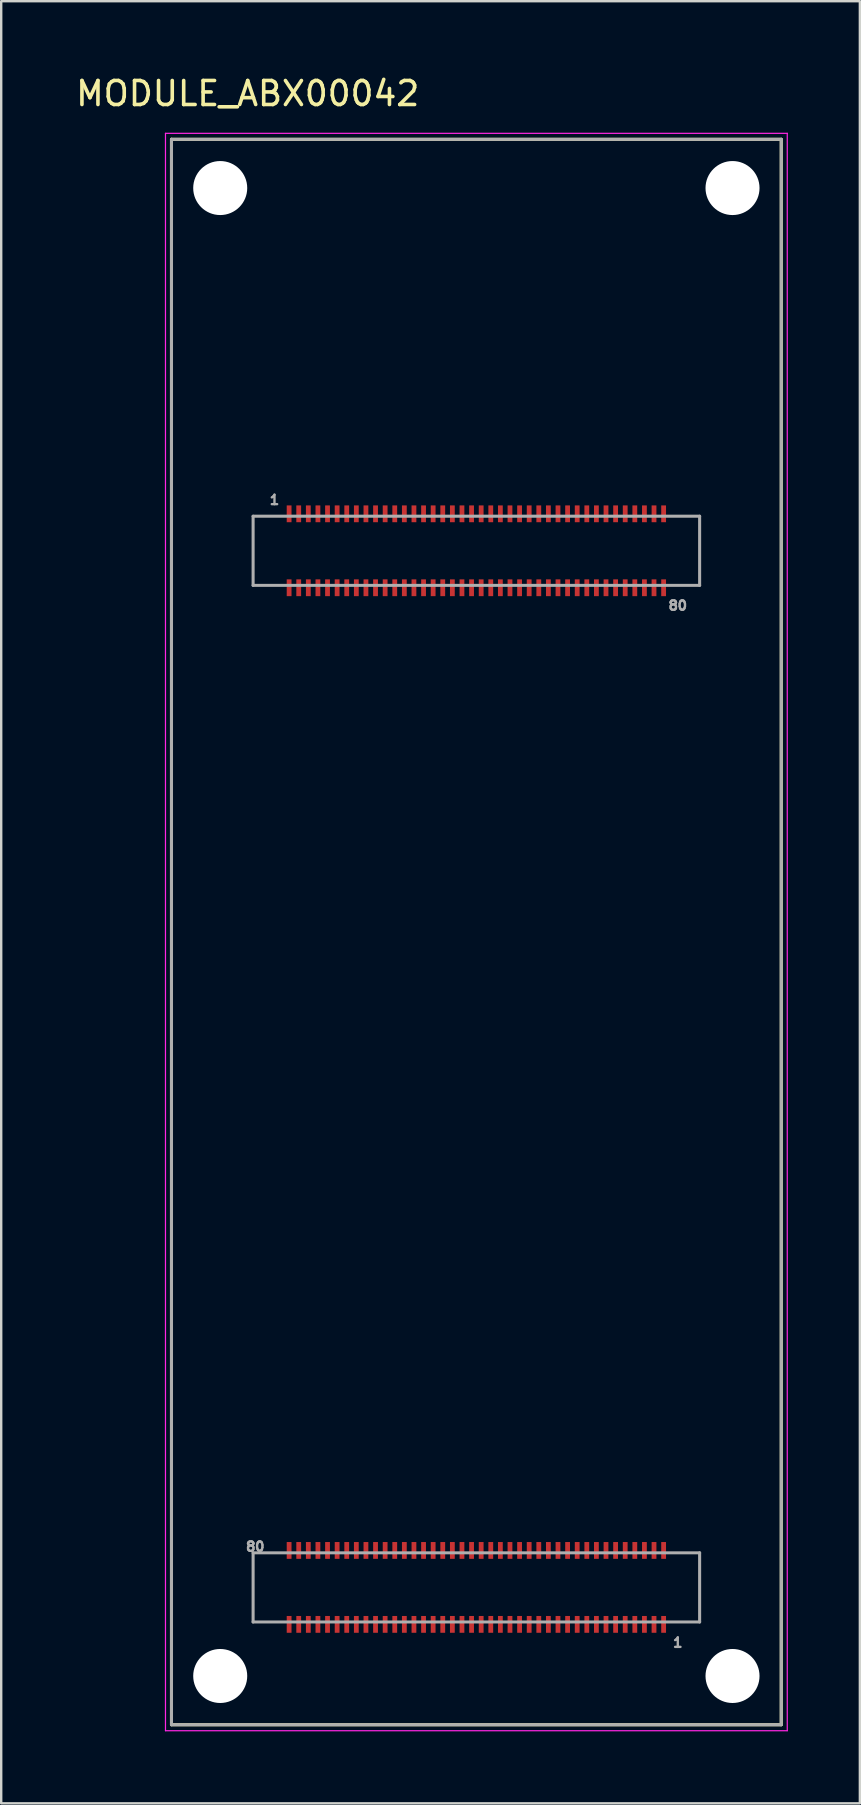
<source format=kicad_pcb>
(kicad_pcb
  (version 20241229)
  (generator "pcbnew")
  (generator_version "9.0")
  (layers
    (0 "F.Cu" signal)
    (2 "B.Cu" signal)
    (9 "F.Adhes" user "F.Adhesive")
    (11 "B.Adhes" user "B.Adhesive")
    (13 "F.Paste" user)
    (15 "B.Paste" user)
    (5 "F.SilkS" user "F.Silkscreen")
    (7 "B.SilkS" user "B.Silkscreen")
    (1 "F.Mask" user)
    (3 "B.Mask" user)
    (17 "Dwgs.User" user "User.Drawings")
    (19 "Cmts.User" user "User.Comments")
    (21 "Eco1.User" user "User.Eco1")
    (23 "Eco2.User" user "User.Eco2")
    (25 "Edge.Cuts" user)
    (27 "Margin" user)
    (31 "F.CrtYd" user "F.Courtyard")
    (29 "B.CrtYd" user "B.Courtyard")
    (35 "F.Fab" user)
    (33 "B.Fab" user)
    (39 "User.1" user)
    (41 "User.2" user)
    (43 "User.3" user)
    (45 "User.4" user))
  (footprint "MODULE_ABX00042"
    (layer "F.Cu")
    (at 16.793 35.773)
    (property "Reference" "MODULE_ABX00042" (at -9.525 -34.925 180) (layer "F.SilkS") (effects (font (size 1 1) (thickness 0.15))))
    (attr smd)
    (fp_line (start -12.7 -33.02) (end -12.7 33.02) (stroke (width 0.127) (type solid)) (layer "F.SilkS"))
    (fp_line (start -12.7 33.02) (end 12.7 33.02) (stroke (width 0.127) (type solid)) (layer "F.SilkS"))
    (fp_line (start 12.7 -33.02) (end -12.7 -33.02) (stroke (width 0.127) (type solid)) (layer "F.SilkS"))
    (fp_line (start 12.7 33.02) (end 12.7 -33.02) (stroke (width 0.127) (type solid)) (layer "F.SilkS"))
    (fp_line (start -12.95 -33.27) (end -12.95 33.27) (stroke (width 0.05) (type solid)) (layer "F.CrtYd"))
    (fp_line (start -12.95 33.27) (end 12.95 33.27) (stroke (width 0.05) (type solid)) (layer "F.CrtYd"))
    (fp_line (start 12.95 -33.27) (end -12.95 -33.27) (stroke (width 0.05) (type solid)) (layer "F.CrtYd"))
    (fp_line (start 12.95 33.27) (end 12.95 -33.27) (stroke (width 0.05) (type solid)) (layer "F.CrtYd"))
    (fp_line (start -12.7 -33.02) (end -12.7 33.02) (stroke (width 0.127) (type solid)) (layer "F.Fab"))
    (fp_line (start -12.7 33.02) (end 12.7 33.02) (stroke (width 0.127) (type solid)) (layer "F.Fab"))
    (fp_line (start -9.3 -17.32) (end -9.3 -14.44) (stroke (width 0.127) (type solid)) (layer "F.Fab"))
    (fp_line (start -9.3 -14.44) (end 9.3 -14.44) (stroke (width 0.127) (type solid)) (layer "F.Fab"))
    (fp_line (start -9.3 25.86) (end -9.3 28.74) (stroke (width 0.127) (type solid)) (layer "F.Fab"))
    (fp_line (start -9.3 28.74) (end 9.3 28.74) (stroke (width 0.127) (type solid)) (layer "F.Fab"))
    (fp_line (start 9.3 -17.32) (end -9.3 -17.32) (stroke (width 0.127) (type solid)) (layer "F.Fab"))
    (fp_line (start 9.3 -14.44) (end 9.3 -17.32) (stroke (width 0.127) (type solid)) (layer "F.Fab"))
    (fp_line (start 9.3 25.86) (end -9.3 25.86) (stroke (width 0.127) (type solid)) (layer "F.Fab"))
    (fp_line (start 9.3 28.74) (end 9.3 25.86) (stroke (width 0.127) (type solid)) (layer "F.Fab"))
    (fp_line (start 12.7 -33.02) (end -12.7 -33.02) (stroke (width 0.127) (type solid)) (layer "F.Fab"))
    (fp_line (start 12.7 33.02) (end 12.7 -33.02) (stroke (width 0.127) (type solid)) (layer "F.Fab"))
    (fp_text user "1" (at 8.39 29.6 180) (layer "F.Fab") (effects (font (size 0.394 0.394) (thickness 0.098))))
    (fp_text user "1" (at -8.41 -18 180) (layer "F.Fab") (effects (font (size 0.394 0.394) (thickness 0.098))))
    (fp_text user "80" (at 8.39 -13.6 180) (layer "F.Fab") (effects (font (size 0.394 0.394) (thickness 0.098))))
    (fp_text user "80" (at -9.21 25.6 180) (layer "F.Fab") (effects (font (size 0.394 0.394) (thickness 0.098))))
    (pad "" np_thru_hole circle (at -10.67 -30.99) (size 2.25 2.25) (drill 2.25) (layers "*.Cu" "*.Mask"))
    (pad "" np_thru_hole circle (at -10.67 30.99) (size 2.25 2.25) (drill 2.25) (layers "*.Cu" "*.Mask"))
    (pad "" np_thru_hole circle (at 10.67 -30.99) (size 2.25 2.25) (drill 2.25) (layers "*.Cu" "*.Mask"))
    (pad "" np_thru_hole circle (at 10.67 30.99) (size 2.25 2.25) (drill 2.25) (layers "*.Cu" "*.Mask"))
    (pad "J1_1" smd rect (at -7.8 -17.42) (size 0.2 0.7) (layers "F.Cu" "F.Mask" "F.Paste"))
    (pad "J1_2" smd rect (at -7.8 -14.34) (size 0.2 0.7) (layers "F.Cu" "F.Mask" "F.Paste"))
    (pad "J1_3" smd rect (at -7.4 -17.42) (size 0.2 0.7) (layers "F.Cu" "F.Mask" "F.Paste"))
    (pad "J1_4" smd rect (at -7.4 -14.34) (size 0.2 0.7) (layers "F.Cu" "F.Mask" "F.Paste"))
    (pad "J1_5" smd rect (at -7 -17.42) (size 0.2 0.7) (layers "F.Cu" "F.Mask" "F.Paste"))
    (pad "J1_6" smd rect (at -7 -14.34) (size 0.2 0.7) (layers "F.Cu" "F.Mask" "F.Paste"))
    (pad "J1_7" smd rect (at -6.6 -17.42) (size 0.2 0.7) (layers "F.Cu" "F.Mask" "F.Paste"))
    (pad "J1_8" smd rect (at -6.6 -14.34) (size 0.2 0.7) (layers "F.Cu" "F.Mask" "F.Paste"))
    (pad "J1_9" smd rect (at -6.2 -17.42) (size 0.2 0.7) (layers "F.Cu" "F.Mask" "F.Paste"))
    (pad "J1_10" smd rect (at -6.2 -14.34) (size 0.2 0.7) (layers "F.Cu" "F.Mask" "F.Paste"))
    (pad "J1_11" smd rect (at -5.8 -17.42) (size 0.2 0.7) (layers "F.Cu" "F.Mask" "F.Paste"))
    (pad "J1_12" smd rect (at -5.8 -14.34) (size 0.2 0.7) (layers "F.Cu" "F.Mask" "F.Paste"))
    (pad "J1_13" smd rect (at -5.4 -17.42) (size 0.2 0.7) (layers "F.Cu" "F.Mask" "F.Paste"))
    (pad "J1_14" smd rect (at -5.4 -14.34) (size 0.2 0.7) (layers "F.Cu" "F.Mask" "F.Paste"))
    (pad "J1_15" smd rect (at -5 -17.42) (size 0.2 0.7) (layers "F.Cu" "F.Mask" "F.Paste"))
    (pad "J1_16" smd rect (at -5 -14.34) (size 0.2 0.7) (layers "F.Cu" "F.Mask" "F.Paste"))
    (pad "J1_17" smd rect (at -4.6 -17.42) (size 0.2 0.7) (layers "F.Cu" "F.Mask" "F.Paste"))
    (pad "J1_18" smd rect (at -4.6 -14.34) (size 0.2 0.7) (layers "F.Cu" "F.Mask" "F.Paste"))
    (pad "J1_19" smd rect (at -4.2 -17.42) (size 0.2 0.7) (layers "F.Cu" "F.Mask" "F.Paste"))
    (pad "J1_20" smd rect (at -4.2 -14.34) (size 0.2 0.7) (layers "F.Cu" "F.Mask" "F.Paste"))
    (pad "J1_21" smd rect (at -3.8 -17.42) (size 0.2 0.7) (layers "F.Cu" "F.Mask" "F.Paste"))
    (pad "J1_22" smd rect (at -3.8 -14.34) (size 0.2 0.7) (layers "F.Cu" "F.Mask" "F.Paste"))
    (pad "J1_23" smd rect (at -3.4 -17.42) (size 0.2 0.7) (layers "F.Cu" "F.Mask" "F.Paste"))
    (pad "J1_24" smd rect (at -3.4 -14.34) (size 0.2 0.7) (layers "F.Cu" "F.Mask" "F.Paste"))
    (pad "J1_25" smd rect (at -3 -17.42) (size 0.2 0.7) (layers "F.Cu" "F.Mask" "F.Paste"))
    (pad "J1_26" smd rect (at -3 -14.34) (size 0.2 0.7) (layers "F.Cu" "F.Mask" "F.Paste"))
    (pad "J1_27" smd rect (at -2.6 -17.42) (size 0.2 0.7) (layers "F.Cu" "F.Mask" "F.Paste"))
    (pad "J1_28" smd rect (at -2.6 -14.34) (size 0.2 0.7) (layers "F.Cu" "F.Mask" "F.Paste"))
    (pad "J1_29" smd rect (at -2.2 -17.42) (size 0.2 0.7) (layers "F.Cu" "F.Mask" "F.Paste"))
    (pad "J1_30" smd rect (at -2.2 -14.34) (size 0.2 0.7) (layers "F.Cu" "F.Mask" "F.Paste"))
    (pad "J1_31" smd rect (at -1.8 -17.42) (size 0.2 0.7) (layers "F.Cu" "F.Mask" "F.Paste"))
    (pad "J1_32" smd rect (at -1.8 -14.34) (size 0.2 0.7) (layers "F.Cu" "F.Mask" "F.Paste"))
    (pad "J1_33" smd rect (at -1.4 -17.42) (size 0.2 0.7) (layers "F.Cu" "F.Mask" "F.Paste"))
    (pad "J1_34" smd rect (at -1.4 -14.34) (size 0.2 0.7) (layers "F.Cu" "F.Mask" "F.Paste"))
    (pad "J1_35" smd rect (at -1 -17.42) (size 0.2 0.7) (layers "F.Cu" "F.Mask" "F.Paste"))
    (pad "J1_36" smd rect (at -1 -14.34) (size 0.2 0.7) (layers "F.Cu" "F.Mask" "F.Paste"))
    (pad "J1_37" smd rect (at -0.6 -17.42) (size 0.2 0.7) (layers "F.Cu" "F.Mask" "F.Paste"))
    (pad "J1_38" smd rect (at -0.6 -14.34) (size 0.2 0.7) (layers "F.Cu" "F.Mask" "F.Paste"))
    (pad "J1_39" smd rect (at -0.2 -17.42) (size 0.2 0.7) (layers "F.Cu" "F.Mask" "F.Paste"))
    (pad "J1_40" smd rect (at -0.2 -14.34) (size 0.2 0.7) (layers "F.Cu" "F.Mask" "F.Paste"))
    (pad "J1_41" smd rect (at 0.2 -17.42) (size 0.2 0.7) (layers "F.Cu" "F.Mask" "F.Paste"))
    (pad "J1_42" smd rect (at 0.2 -14.34) (size 0.2 0.7) (layers "F.Cu" "F.Mask" "F.Paste"))
    (pad "J1_43" smd rect (at 0.6 -17.42) (size 0.2 0.7) (layers "F.Cu" "F.Mask" "F.Paste"))
    (pad "J1_44" smd rect (at 0.6 -14.34) (size 0.2 0.7) (layers "F.Cu" "F.Mask" "F.Paste"))
    (pad "J1_45" smd rect (at 1 -17.42) (size 0.2 0.7) (layers "F.Cu" "F.Mask" "F.Paste"))
    (pad "J1_46" smd rect (at 1 -14.34) (size 0.2 0.7) (layers "F.Cu" "F.Mask" "F.Paste"))
    (pad "J1_47" smd rect (at 1.4 -17.42) (size 0.2 0.7) (layers "F.Cu" "F.Mask" "F.Paste"))
    (pad "J1_48" smd rect (at 1.4 -14.34) (size 0.2 0.7) (layers "F.Cu" "F.Mask" "F.Paste"))
    (pad "J1_49" smd rect (at 1.8 -17.42) (size 0.2 0.7) (layers "F.Cu" "F.Mask" "F.Paste"))
    (pad "J1_50" smd rect (at 1.8 -14.34) (size 0.2 0.7) (layers "F.Cu" "F.Mask" "F.Paste"))
    (pad "J1_51" smd rect (at 2.2 -17.42) (size 0.2 0.7) (layers "F.Cu" "F.Mask" "F.Paste"))
    (pad "J1_52" smd rect (at 2.2 -14.34) (size 0.2 0.7) (layers "F.Cu" "F.Mask" "F.Paste"))
    (pad "J1_53" smd rect (at 2.6 -17.42) (size 0.2 0.7) (layers "F.Cu" "F.Mask" "F.Paste"))
    (pad "J1_54" smd rect (at 2.6 -14.34) (size 0.2 0.7) (layers "F.Cu" "F.Mask" "F.Paste"))
    (pad "J1_55" smd rect (at 3 -17.42) (size 0.2 0.7) (layers "F.Cu" "F.Mask" "F.Paste"))
    (pad "J1_56" smd rect (at 3 -14.34) (size 0.2 0.7) (layers "F.Cu" "F.Mask" "F.Paste"))
    (pad "J1_57" smd rect (at 3.4 -17.42) (size 0.2 0.7) (layers "F.Cu" "F.Mask" "F.Paste"))
    (pad "J1_58" smd rect (at 3.4 -14.34) (size 0.2 0.7) (layers "F.Cu" "F.Mask" "F.Paste"))
    (pad "J1_59" smd rect (at 3.8 -17.42) (size 0.2 0.7) (layers "F.Cu" "F.Mask" "F.Paste"))
    (pad "J1_60" smd rect (at 3.8 -14.34) (size 0.2 0.7) (layers "F.Cu" "F.Mask" "F.Paste"))
    (pad "J1_61" smd rect (at 4.2 -17.42) (size 0.2 0.7) (layers "F.Cu" "F.Mask" "F.Paste"))
    (pad "J1_62" smd rect (at 4.2 -14.34) (size 0.2 0.7) (layers "F.Cu" "F.Mask" "F.Paste"))
    (pad "J1_63" smd rect (at 4.6 -17.42) (size 0.2 0.7) (layers "F.Cu" "F.Mask" "F.Paste"))
    (pad "J1_64" smd rect (at 4.6 -14.34) (size 0.2 0.7) (layers "F.Cu" "F.Mask" "F.Paste"))
    (pad "J1_65" smd rect (at 5 -17.42) (size 0.2 0.7) (layers "F.Cu" "F.Mask" "F.Paste"))
    (pad "J1_66" smd rect (at 5 -14.34) (size 0.2 0.7) (layers "F.Cu" "F.Mask" "F.Paste"))
    (pad "J1_67" smd rect (at 5.4 -17.42) (size 0.2 0.7) (layers "F.Cu" "F.Mask" "F.Paste"))
    (pad "J1_68" smd rect (at 5.4 -14.34) (size 0.2 0.7) (layers "F.Cu" "F.Mask" "F.Paste"))
    (pad "J1_69" smd rect (at 5.8 -17.42) (size 0.2 0.7) (layers "F.Cu" "F.Mask" "F.Paste"))
    (pad "J1_70" smd rect (at 5.8 -14.34) (size 0.2 0.7) (layers "F.Cu" "F.Mask" "F.Paste"))
    (pad "J1_71" smd rect (at 6.2 -17.42) (size 0.2 0.7) (layers "F.Cu" "F.Mask" "F.Paste"))
    (pad "J1_72" smd rect (at 6.2 -14.34) (size 0.2 0.7) (layers "F.Cu" "F.Mask" "F.Paste"))
    (pad "J1_73" smd rect (at 6.6 -17.42) (size 0.2 0.7) (layers "F.Cu" "F.Mask" "F.Paste"))
    (pad "J1_74" smd rect (at 6.6 -14.34) (size 0.2 0.7) (layers "F.Cu" "F.Mask" "F.Paste"))
    (pad "J1_75" smd rect (at 7 -17.42) (size 0.2 0.7) (layers "F.Cu" "F.Mask" "F.Paste"))
    (pad "J1_76" smd rect (at 7 -14.34) (size 0.2 0.7) (layers "F.Cu" "F.Mask" "F.Paste"))
    (pad "J1_77" smd rect (at 7.4 -17.42) (size 0.2 0.7) (layers "F.Cu" "F.Mask" "F.Paste"))
    (pad "J1_78" smd rect (at 7.4 -14.34) (size 0.2 0.7) (layers "F.Cu" "F.Mask" "F.Paste"))
    (pad "J1_79" smd rect (at 7.8 -17.42) (size 0.2 0.7) (layers "F.Cu" "F.Mask" "F.Paste"))
    (pad "J1_80" smd rect (at 7.8 -14.34) (size 0.2 0.7) (layers "F.Cu" "F.Mask" "F.Paste"))
    (pad "J2_1" smd rect (at 7.8 28.84) (size 0.2 0.7) (layers "F.Cu" "F.Mask" "F.Paste"))
    (pad "J2_2" smd rect (at 7.8 25.76) (size 0.2 0.7) (layers "F.Cu" "F.Mask" "F.Paste"))
    (pad "J2_3" smd rect (at 7.4 28.84) (size 0.2 0.7) (layers "F.Cu" "F.Mask" "F.Paste"))
    (pad "J2_4" smd rect (at 7.4 25.76) (size 0.2 0.7) (layers "F.Cu" "F.Mask" "F.Paste"))
    (pad "J2_5" smd rect (at 7 28.84) (size 0.2 0.7) (layers "F.Cu" "F.Mask" "F.Paste"))
    (pad "J2_6" smd rect (at 7 25.76) (size 0.2 0.7) (layers "F.Cu" "F.Mask" "F.Paste"))
    (pad "J2_7" smd rect (at 6.6 28.84) (size 0.2 0.7) (layers "F.Cu" "F.Mask" "F.Paste"))
    (pad "J2_8" smd rect (at 6.6 25.76) (size 0.2 0.7) (layers "F.Cu" "F.Mask" "F.Paste"))
    (pad "J2_9" smd rect (at 6.2 28.84) (size 0.2 0.7) (layers "F.Cu" "F.Mask" "F.Paste"))
    (pad "J2_10" smd rect (at 6.2 25.76) (size 0.2 0.7) (layers "F.Cu" "F.Mask" "F.Paste"))
    (pad "J2_11" smd rect (at 5.8 28.84) (size 0.2 0.7) (layers "F.Cu" "F.Mask" "F.Paste"))
    (pad "J2_12" smd rect (at 5.8 25.76) (size 0.2 0.7) (layers "F.Cu" "F.Mask" "F.Paste"))
    (pad "J2_13" smd rect (at 5.4 28.84) (size 0.2 0.7) (layers "F.Cu" "F.Mask" "F.Paste"))
    (pad "J2_14" smd rect (at 5.4 25.76) (size 0.2 0.7) (layers "F.Cu" "F.Mask" "F.Paste"))
    (pad "J2_15" smd rect (at 5 28.84) (size 0.2 0.7) (layers "F.Cu" "F.Mask" "F.Paste"))
    (pad "J2_16" smd rect (at 5 25.76) (size 0.2 0.7) (layers "F.Cu" "F.Mask" "F.Paste"))
    (pad "J2_17" smd rect (at 4.6 28.84) (size 0.2 0.7) (layers "F.Cu" "F.Mask" "F.Paste"))
    (pad "J2_18" smd rect (at 4.6 25.76) (size 0.2 0.7) (layers "F.Cu" "F.Mask" "F.Paste"))
    (pad "J2_19" smd rect (at 4.2 28.84) (size 0.2 0.7) (layers "F.Cu" "F.Mask" "F.Paste"))
    (pad "J2_20" smd rect (at 4.2 25.76) (size 0.2 0.7) (layers "F.Cu" "F.Mask" "F.Paste"))
    (pad "J2_21" smd rect (at 3.8 28.84) (size 0.2 0.7) (layers "F.Cu" "F.Mask" "F.Paste"))
    (pad "J2_22" smd rect (at 3.8 25.76) (size 0.2 0.7) (layers "F.Cu" "F.Mask" "F.Paste"))
    (pad "J2_23" smd rect (at 3.4 28.84) (size 0.2 0.7) (layers "F.Cu" "F.Mask" "F.Paste"))
    (pad "J2_24" smd rect (at 3.4 25.76) (size 0.2 0.7) (layers "F.Cu" "F.Mask" "F.Paste"))
    (pad "J2_25" smd rect (at 3 28.84) (size 0.2 0.7) (layers "F.Cu" "F.Mask" "F.Paste"))
    (pad "J2_26" smd rect (at 3 25.76) (size 0.2 0.7) (layers "F.Cu" "F.Mask" "F.Paste"))
    (pad "J2_27" smd rect (at 2.6 28.84) (size 0.2 0.7) (layers "F.Cu" "F.Mask" "F.Paste"))
    (pad "J2_28" smd rect (at 2.6 25.76) (size 0.2 0.7) (layers "F.Cu" "F.Mask" "F.Paste"))
    (pad "J2_29" smd rect (at 2.2 28.84) (size 0.2 0.7) (layers "F.Cu" "F.Mask" "F.Paste"))
    (pad "J2_30" smd rect (at 2.2 25.76) (size 0.2 0.7) (layers "F.Cu" "F.Mask" "F.Paste"))
    (pad "J2_31" smd rect (at 1.8 28.84) (size 0.2 0.7) (layers "F.Cu" "F.Mask" "F.Paste"))
    (pad "J2_32" smd rect (at 1.8 25.76) (size 0.2 0.7) (layers "F.Cu" "F.Mask" "F.Paste"))
    (pad "J2_33" smd rect (at 1.4 28.84) (size 0.2 0.7) (layers "F.Cu" "F.Mask" "F.Paste"))
    (pad "J2_34" smd rect (at 1.4 25.76) (size 0.2 0.7) (layers "F.Cu" "F.Mask" "F.Paste"))
    (pad "J2_35" smd rect (at 1 28.84) (size 0.2 0.7) (layers "F.Cu" "F.Mask" "F.Paste"))
    (pad "J2_36" smd rect (at 1 25.76) (size 0.2 0.7) (layers "F.Cu" "F.Mask" "F.Paste"))
    (pad "J2_37" smd rect (at 0.6 28.84) (size 0.2 0.7) (layers "F.Cu" "F.Mask" "F.Paste"))
    (pad "J2_38" smd rect (at 0.6 25.76) (size 0.2 0.7) (layers "F.Cu" "F.Mask" "F.Paste"))
    (pad "J2_39" smd rect (at 0.2 28.84) (size 0.2 0.7) (layers "F.Cu" "F.Mask" "F.Paste"))
    (pad "J2_40" smd rect (at 0.2 25.76) (size 0.2 0.7) (layers "F.Cu" "F.Mask" "F.Paste"))
    (pad "J2_41" smd rect (at -0.2 28.84) (size 0.2 0.7) (layers "F.Cu" "F.Mask" "F.Paste"))
    (pad "J2_42" smd rect (at -0.2 25.76) (size 0.2 0.7) (layers "F.Cu" "F.Mask" "F.Paste"))
    (pad "J2_43" smd rect (at -0.6 28.84) (size 0.2 0.7) (layers "F.Cu" "F.Mask" "F.Paste"))
    (pad "J2_44" smd rect (at -0.6 25.76) (size 0.2 0.7) (layers "F.Cu" "F.Mask" "F.Paste"))
    (pad "J2_45" smd rect (at -1 28.84) (size 0.2 0.7) (layers "F.Cu" "F.Mask" "F.Paste"))
    (pad "J2_46" smd rect (at -1 25.76) (size 0.2 0.7) (layers "F.Cu" "F.Mask" "F.Paste"))
    (pad "J2_47" smd rect (at -1.4 28.84) (size 0.2 0.7) (layers "F.Cu" "F.Mask" "F.Paste"))
    (pad "J2_48" smd rect (at -1.4 25.76) (size 0.2 0.7) (layers "F.Cu" "F.Mask" "F.Paste"))
    (pad "J2_49" smd rect (at -1.8 28.84) (size 0.2 0.7) (layers "F.Cu" "F.Mask" "F.Paste"))
    (pad "J2_50" smd rect (at -1.8 25.76) (size 0.2 0.7) (layers "F.Cu" "F.Mask" "F.Paste"))
    (pad "J2_51" smd rect (at -2.2 28.84) (size 0.2 0.7) (layers "F.Cu" "F.Mask" "F.Paste"))
    (pad "J2_52" smd rect (at -2.2 25.76) (size 0.2 0.7) (layers "F.Cu" "F.Mask" "F.Paste"))
    (pad "J2_53" smd rect (at -2.6 28.84) (size 0.2 0.7) (layers "F.Cu" "F.Mask" "F.Paste"))
    (pad "J2_54" smd rect (at -2.6 25.76) (size 0.2 0.7) (layers "F.Cu" "F.Mask" "F.Paste"))
    (pad "J2_55" smd rect (at -3 28.84) (size 0.2 0.7) (layers "F.Cu" "F.Mask" "F.Paste"))
    (pad "J2_56" smd rect (at -3 25.76) (size 0.2 0.7) (layers "F.Cu" "F.Mask" "F.Paste"))
    (pad "J2_57" smd rect (at -3.4 28.84) (size 0.2 0.7) (layers "F.Cu" "F.Mask" "F.Paste"))
    (pad "J2_58" smd rect (at -3.4 25.76) (size 0.2 0.7) (layers "F.Cu" "F.Mask" "F.Paste"))
    (pad "J2_59" smd rect (at -3.8 28.84) (size 0.2 0.7) (layers "F.Cu" "F.Mask" "F.Paste"))
    (pad "J2_60" smd rect (at -3.8 25.76) (size 0.2 0.7) (layers "F.Cu" "F.Mask" "F.Paste"))
    (pad "J2_61" smd rect (at -4.2 28.84) (size 0.2 0.7) (layers "F.Cu" "F.Mask" "F.Paste"))
    (pad "J2_62" smd rect (at -4.2 25.76) (size 0.2 0.7) (layers "F.Cu" "F.Mask" "F.Paste"))
    (pad "J2_63" smd rect (at -4.6 28.84) (size 0.2 0.7) (layers "F.Cu" "F.Mask" "F.Paste"))
    (pad "J2_64" smd rect (at -4.6 25.76) (size 0.2 0.7) (layers "F.Cu" "F.Mask" "F.Paste"))
    (pad "J2_65" smd rect (at -5 28.84) (size 0.2 0.7) (layers "F.Cu" "F.Mask" "F.Paste"))
    (pad "J2_66" smd rect (at -5 25.76) (size 0.2 0.7) (layers "F.Cu" "F.Mask" "F.Paste"))
    (pad "J2_67" smd rect (at -5.4 28.84) (size 0.2 0.7) (layers "F.Cu" "F.Mask" "F.Paste"))
    (pad "J2_68" smd rect (at -5.4 25.76) (size 0.2 0.7) (layers "F.Cu" "F.Mask" "F.Paste"))
    (pad "J2_69" smd rect (at -5.8 28.84) (size 0.2 0.7) (layers "F.Cu" "F.Mask" "F.Paste"))
    (pad "J2_70" smd rect (at -5.8 25.76) (size 0.2 0.7) (layers "F.Cu" "F.Mask" "F.Paste"))
    (pad "J2_71" smd rect (at -6.2 28.84) (size 0.2 0.7) (layers "F.Cu" "F.Mask" "F.Paste"))
    (pad "J2_72" smd rect (at -6.2 25.76) (size 0.2 0.7) (layers "F.Cu" "F.Mask" "F.Paste"))
    (pad "J2_73" smd rect (at -6.6 28.84) (size 0.2 0.7) (layers "F.Cu" "F.Mask" "F.Paste"))
    (pad "J2_74" smd rect (at -6.6 25.76) (size 0.2 0.7) (layers "F.Cu" "F.Mask" "F.Paste"))
    (pad "J2_75" smd rect (at -7 28.84) (size 0.2 0.7) (layers "F.Cu" "F.Mask" "F.Paste"))
    (pad "J2_76" smd rect (at -7 25.76) (size 0.2 0.7) (layers "F.Cu" "F.Mask" "F.Paste"))
    (pad "J2_77" smd rect (at -7.4 28.84) (size 0.2 0.7) (layers "F.Cu" "F.Mask" "F.Paste"))
    (pad "J2_78" smd rect (at -7.4 25.76) (size 0.2 0.7) (layers "F.Cu" "F.Mask" "F.Paste"))
    (pad "J2_79" smd rect (at -7.8 28.84) (size 0.2 0.7) (layers "F.Cu" "F.Mask" "F.Paste"))
    (pad "J2_80" smd rect (at -7.8 25.76) (size 0.2 0.7) (layers "F.Cu" "F.Mask" "F.Paste"))
    (zone (net_name "") (layer "F.Cu") (hatch full 0.508) (connect_pads) (min_thickness 0.01) (filled_areas_thickness no) (keepout (tracks not_allowed) (vias not_allowed) (pads not_allowed) (copperpour not_allowed) (footprints allowed)) (placement (enabled no)) (fill) (polygon (pts (xy 8.893 18.703) (xy 9.093 18.703) (xy 9.093 19.143) (xy 8.893 19.143))))
    (zone (net_name "") (layer "F.Cu") (hatch full 0.508) (connect_pads) (min_thickness 0.01) (filled_areas_thickness no) (keepout (tracks not_allowed) (vias not_allowed) (pads not_allowed) (copperpour not_allowed) (footprints allowed)) (placement (enabled no)) (fill) (polygon (pts (xy 8.893 20.643) (xy 9.093 20.643) (xy 9.093 21.083) (xy 8.893 21.083))))
    (zone (net_name "") (layer "F.Cu") (hatch full 0.508) (connect_pads) (min_thickness 0.01) (filled_areas_thickness no) (keepout (tracks not_allowed) (vias not_allowed) (pads not_allowed) (copperpour not_allowed) (footprints allowed)) (placement (enabled no)) (fill) (polygon (pts (xy 8.893 61.883) (xy 9.093 61.883) (xy 9.093 62.323) (xy 8.893 62.323))))
    (zone (net_name "") (layer "F.Cu") (hatch full 0.508) (connect_pads) (min_thickness 0.01) (filled_areas_thickness no) (keepout (tracks not_allowed) (vias not_allowed) (pads not_allowed) (copperpour not_allowed) (footprints allowed)) (placement (enabled no)) (fill) (polygon (pts (xy 8.893 63.823) (xy 9.093 63.823) (xy 9.093 64.263) (xy 8.893 64.263))))
    (zone (net_name "") (layer "F.Cu") (hatch full 0.508) (connect_pads) (min_thickness 0.01) (filled_areas_thickness no) (keepout (tracks not_allowed) (vias not_allowed) (pads not_allowed) (copperpour not_allowed) (footprints allowed)) (placement (enabled no)) (fill) (polygon (pts (xy 9.293 18.703) (xy 9.493 18.703) (xy 9.493 19.143) (xy 9.293 19.143))))
    (zone (net_name "") (layer "F.Cu") (hatch full 0.508) (connect_pads) (min_thickness 0.01) (filled_areas_thickness no) (keepout (tracks not_allowed) (vias not_allowed) (pads not_allowed) (copperpour not_allowed) (footprints allowed)) (placement (enabled no)) (fill) (polygon (pts (xy 9.293 20.643) (xy 9.493 20.643) (xy 9.493 21.083) (xy 9.293 21.083))))
    (zone (net_name "") (layer "F.Cu") (hatch full 0.508) (connect_pads) (min_thickness 0.01) (filled_areas_thickness no) (keepout (tracks not_allowed) (vias not_allowed) (pads not_allowed) (copperpour not_allowed) (footprints allowed)) (placement (enabled no)) (fill) (polygon (pts (xy 9.293 61.883) (xy 9.493 61.883) (xy 9.493 62.323) (xy 9.293 62.323))))
    (zone (net_name "") (layer "F.Cu") (hatch full 0.508) (connect_pads) (min_thickness 0.01) (filled_areas_thickness no) (keepout (tracks not_allowed) (vias not_allowed) (pads not_allowed) (copperpour not_allowed) (footprints allowed)) (placement (enabled no)) (fill) (polygon (pts (xy 9.293 63.823) (xy 9.493 63.823) (xy 9.493 64.263) (xy 9.293 64.263))))
    (zone (net_name "") (layer "F.Cu") (hatch full 0.508) (connect_pads) (min_thickness 0.01) (filled_areas_thickness no) (keepout (tracks not_allowed) (vias not_allowed) (pads not_allowed) (copperpour not_allowed) (footprints allowed)) (placement (enabled no)) (fill) (polygon (pts (xy 9.693 18.703) (xy 9.893 18.703) (xy 9.893 19.143) (xy 9.693 19.143))))
    (zone (net_name "") (layer "F.Cu") (hatch full 0.508) (connect_pads) (min_thickness 0.01) (filled_areas_thickness no) (keepout (tracks not_allowed) (vias not_allowed) (pads not_allowed) (copperpour not_allowed) (footprints allowed)) (placement (enabled no)) (fill) (polygon (pts (xy 9.693 20.643) (xy 9.893 20.643) (xy 9.893 21.083) (xy 9.693 21.083))))
    (zone (net_name "") (layer "F.Cu") (hatch full 0.508) (connect_pads) (min_thickness 0.01) (filled_areas_thickness no) (keepout (tracks not_allowed) (vias not_allowed) (pads not_allowed) (copperpour not_allowed) (footprints allowed)) (placement (enabled no)) (fill) (polygon (pts (xy 9.693 61.883) (xy 9.893 61.883) (xy 9.893 62.323) (xy 9.693 62.323))))
    (zone (net_name "") (layer "F.Cu") (hatch full 0.508) (connect_pads) (min_thickness 0.01) (filled_areas_thickness no) (keepout (tracks not_allowed) (vias not_allowed) (pads not_allowed) (copperpour not_allowed) (footprints allowed)) (placement (enabled no)) (fill) (polygon (pts (xy 9.693 63.823) (xy 9.893 63.823) (xy 9.893 64.263) (xy 9.693 64.263))))
    (zone (net_name "") (layer "F.Cu") (hatch full 0.508) (connect_pads) (min_thickness 0.01) (filled_areas_thickness no) (keepout (tracks not_allowed) (vias not_allowed) (pads not_allowed) (copperpour not_allowed) (footprints allowed)) (placement (enabled no)) (fill) (polygon (pts (xy 10.093 18.703) (xy 10.293 18.703) (xy 10.293 19.143) (xy 10.093 19.143))))
    (zone (net_name "") (layer "F.Cu") (hatch full 0.508) (connect_pads) (min_thickness 0.01) (filled_areas_thickness no) (keepout (tracks not_allowed) (vias not_allowed) (pads not_allowed) (copperpour not_allowed) (footprints allowed)) (placement (enabled no)) (fill) (polygon (pts (xy 10.093 20.643) (xy 10.293 20.643) (xy 10.293 21.083) (xy 10.093 21.083))))
    (zone (net_name "") (layer "F.Cu") (hatch full 0.508) (connect_pads) (min_thickness 0.01) (filled_areas_thickness no) (keepout (tracks not_allowed) (vias not_allowed) (pads not_allowed) (copperpour not_allowed) (footprints allowed)) (placement (enabled no)) (fill) (polygon (pts (xy 10.093 61.883) (xy 10.293 61.883) (xy 10.293 62.323) (xy 10.093 62.323))))
    (zone (net_name "") (layer "F.Cu") (hatch full 0.508) (connect_pads) (min_thickness 0.01) (filled_areas_thickness no) (keepout (tracks not_allowed) (vias not_allowed) (pads not_allowed) (copperpour not_allowed) (footprints allowed)) (placement (enabled no)) (fill) (polygon (pts (xy 10.093 63.823) (xy 10.293 63.823) (xy 10.293 64.263) (xy 10.093 64.263))))
    (zone (net_name "") (layer "F.Cu") (hatch full 0.508) (connect_pads) (min_thickness 0.01) (filled_areas_thickness no) (keepout (tracks not_allowed) (vias not_allowed) (pads not_allowed) (copperpour not_allowed) (footprints allowed)) (placement (enabled no)) (fill) (polygon (pts (xy 10.493 18.703) (xy 10.693 18.703) (xy 10.693 19.143) (xy 10.493 19.143))))
    (zone (net_name "") (layer "F.Cu") (hatch full 0.508) (connect_pads) (min_thickness 0.01) (filled_areas_thickness no) (keepout (tracks not_allowed) (vias not_allowed) (pads not_allowed) (copperpour not_allowed) (footprints allowed)) (placement (enabled no)) (fill) (polygon (pts (xy 10.493 20.643) (xy 10.693 20.643) (xy 10.693 21.083) (xy 10.493 21.083))))
    (zone (net_name "") (layer "F.Cu") (hatch full 0.508) (connect_pads) (min_thickness 0.01) (filled_areas_thickness no) (keepout (tracks not_allowed) (vias not_allowed) (pads not_allowed) (copperpour not_allowed) (footprints allowed)) (placement (enabled no)) (fill) (polygon (pts (xy 10.493 61.883) (xy 10.693 61.883) (xy 10.693 62.323) (xy 10.493 62.323))))
    (zone (net_name "") (layer "F.Cu") (hatch full 0.508) (connect_pads) (min_thickness 0.01) (filled_areas_thickness no) (keepout (tracks not_allowed) (vias not_allowed) (pads not_allowed) (copperpour not_allowed) (footprints allowed)) (placement (enabled no)) (fill) (polygon (pts (xy 10.493 63.823) (xy 10.693 63.823) (xy 10.693 64.263) (xy 10.493 64.263))))
    (zone (net_name "") (layer "F.Cu") (hatch full 0.508) (connect_pads) (min_thickness 0.01) (filled_areas_thickness no) (keepout (tracks not_allowed) (vias not_allowed) (pads not_allowed) (copperpour not_allowed) (footprints allowed)) (placement (enabled no)) (fill) (polygon (pts (xy 10.893 18.703) (xy 11.093 18.703) (xy 11.093 19.143) (xy 10.893 19.143))))
    (zone (net_name "") (layer "F.Cu") (hatch full 0.508) (connect_pads) (min_thickness 0.01) (filled_areas_thickness no) (keepout (tracks not_allowed) (vias not_allowed) (pads not_allowed) (copperpour not_allowed) (footprints allowed)) (placement (enabled no)) (fill) (polygon (pts (xy 10.893 20.643) (xy 11.093 20.643) (xy 11.093 21.083) (xy 10.893 21.083))))
    (zone (net_name "") (layer "F.Cu") (hatch full 0.508) (connect_pads) (min_thickness 0.01) (filled_areas_thickness no) (keepout (tracks not_allowed) (vias not_allowed) (pads not_allowed) (copperpour not_allowed) (footprints allowed)) (placement (enabled no)) (fill) (polygon (pts (xy 10.893 61.883) (xy 11.093 61.883) (xy 11.093 62.323) (xy 10.893 62.323))))
    (zone (net_name "") (layer "F.Cu") (hatch full 0.508) (connect_pads) (min_thickness 0.01) (filled_areas_thickness no) (keepout (tracks not_allowed) (vias not_allowed) (pads not_allowed) (copperpour not_allowed) (footprints allowed)) (placement (enabled no)) (fill) (polygon (pts (xy 10.893 63.823) (xy 11.093 63.823) (xy 11.093 64.263) (xy 10.893 64.263))))
    (zone (net_name "") (layer "F.Cu") (hatch full 0.508) (connect_pads) (min_thickness 0.01) (filled_areas_thickness no) (keepout (tracks not_allowed) (vias not_allowed) (pads not_allowed) (copperpour not_allowed) (footprints allowed)) (placement (enabled no)) (fill) (polygon (pts (xy 11.293 18.703) (xy 11.493 18.703) (xy 11.493 19.143) (xy 11.293 19.143))))
    (zone (net_name "") (layer "F.Cu") (hatch full 0.508) (connect_pads) (min_thickness 0.01) (filled_areas_thickness no) (keepout (tracks not_allowed) (vias not_allowed) (pads not_allowed) (copperpour not_allowed) (footprints allowed)) (placement (enabled no)) (fill) (polygon (pts (xy 11.293 20.643) (xy 11.493 20.643) (xy 11.493 21.083) (xy 11.293 21.083))))
    (zone (net_name "") (layer "F.Cu") (hatch full 0.508) (connect_pads) (min_thickness 0.01) (filled_areas_thickness no) (keepout (tracks not_allowed) (vias not_allowed) (pads not_allowed) (copperpour not_allowed) (footprints allowed)) (placement (enabled no)) (fill) (polygon (pts (xy 11.293 61.883) (xy 11.493 61.883) (xy 11.493 62.323) (xy 11.293 62.323))))
    (zone (net_name "") (layer "F.Cu") (hatch full 0.508) (connect_pads) (min_thickness 0.01) (filled_areas_thickness no) (keepout (tracks not_allowed) (vias not_allowed) (pads not_allowed) (copperpour not_allowed) (footprints allowed)) (placement (enabled no)) (fill) (polygon (pts (xy 11.293 63.823) (xy 11.493 63.823) (xy 11.493 64.263) (xy 11.293 64.263))))
    (zone (net_name "") (layer "F.Cu") (hatch full 0.508) (connect_pads) (min_thickness 0.01) (filled_areas_thickness no) (keepout (tracks not_allowed) (vias not_allowed) (pads not_allowed) (copperpour not_allowed) (footprints allowed)) (placement (enabled no)) (fill) (polygon (pts (xy 11.693 18.703) (xy 11.893 18.703) (xy 11.893 19.143) (xy 11.693 19.143))))
    (zone (net_name "") (layer "F.Cu") (hatch full 0.508) (connect_pads) (min_thickness 0.01) (filled_areas_thickness no) (keepout (tracks not_allowed) (vias not_allowed) (pads not_allowed) (copperpour not_allowed) (footprints allowed)) (placement (enabled no)) (fill) (polygon (pts (xy 11.693 20.643) (xy 11.893 20.643) (xy 11.893 21.083) (xy 11.693 21.083))))
    (zone (net_name "") (layer "F.Cu") (hatch full 0.508) (connect_pads) (min_thickness 0.01) (filled_areas_thickness no) (keepout (tracks not_allowed) (vias not_allowed) (pads not_allowed) (copperpour not_allowed) (footprints allowed)) (placement (enabled no)) (fill) (polygon (pts (xy 11.693 61.883) (xy 11.893 61.883) (xy 11.893 62.323) (xy 11.693 62.323))))
    (zone (net_name "") (layer "F.Cu") (hatch full 0.508) (connect_pads) (min_thickness 0.01) (filled_areas_thickness no) (keepout (tracks not_allowed) (vias not_allowed) (pads not_allowed) (copperpour not_allowed) (footprints allowed)) (placement (enabled no)) (fill) (polygon (pts (xy 11.693 63.823) (xy 11.893 63.823) (xy 11.893 64.263) (xy 11.693 64.263))))
    (zone (net_name "") (layer "F.Cu") (hatch full 0.508) (connect_pads) (min_thickness 0.01) (filled_areas_thickness no) (keepout (tracks not_allowed) (vias not_allowed) (pads not_allowed) (copperpour not_allowed) (footprints allowed)) (placement (enabled no)) (fill) (polygon (pts (xy 12.093 18.703) (xy 12.293 18.703) (xy 12.293 19.143) (xy 12.093 19.143))))
    (zone (net_name "") (layer "F.Cu") (hatch full 0.508) (connect_pads) (min_thickness 0.01) (filled_areas_thickness no) (keepout (tracks not_allowed) (vias not_allowed) (pads not_allowed) (copperpour not_allowed) (footprints allowed)) (placement (enabled no)) (fill) (polygon (pts (xy 12.093 20.643) (xy 12.293 20.643) (xy 12.293 21.083) (xy 12.093 21.083))))
    (zone (net_name "") (layer "F.Cu") (hatch full 0.508) (connect_pads) (min_thickness 0.01) (filled_areas_thickness no) (keepout (tracks not_allowed) (vias not_allowed) (pads not_allowed) (copperpour not_allowed) (footprints allowed)) (placement (enabled no)) (fill) (polygon (pts (xy 12.093 61.883) (xy 12.293 61.883) (xy 12.293 62.323) (xy 12.093 62.323))))
    (zone (net_name "") (layer "F.Cu") (hatch full 0.508) (connect_pads) (min_thickness 0.01) (filled_areas_thickness no) (keepout (tracks not_allowed) (vias not_allowed) (pads not_allowed) (copperpour not_allowed) (footprints allowed)) (placement (enabled no)) (fill) (polygon (pts (xy 12.093 63.823) (xy 12.293 63.823) (xy 12.293 64.263) (xy 12.093 64.263))))
    (zone (net_name "") (layer "F.Cu") (hatch full 0.508) (connect_pads) (min_thickness 0.01) (filled_areas_thickness no) (keepout (tracks not_allowed) (vias not_allowed) (pads not_allowed) (copperpour not_allowed) (footprints allowed)) (placement (enabled no)) (fill) (polygon (pts (xy 12.493 18.703) (xy 12.693 18.703) (xy 12.693 19.143) (xy 12.493 19.143))))
    (zone (net_name "") (layer "F.Cu") (hatch full 0.508) (connect_pads) (min_thickness 0.01) (filled_areas_thickness no) (keepout (tracks not_allowed) (vias not_allowed) (pads not_allowed) (copperpour not_allowed) (footprints allowed)) (placement (enabled no)) (fill) (polygon (pts (xy 12.493 20.643) (xy 12.693 20.643) (xy 12.693 21.083) (xy 12.493 21.083))))
    (zone (net_name "") (layer "F.Cu") (hatch full 0.508) (connect_pads) (min_thickness 0.01) (filled_areas_thickness no) (keepout (tracks not_allowed) (vias not_allowed) (pads not_allowed) (copperpour not_allowed) (footprints allowed)) (placement (enabled no)) (fill) (polygon (pts (xy 12.493 61.883) (xy 12.693 61.883) (xy 12.693 62.323) (xy 12.493 62.323))))
    (zone (net_name "") (layer "F.Cu") (hatch full 0.508) (connect_pads) (min_thickness 0.01) (filled_areas_thickness no) (keepout (tracks not_allowed) (vias not_allowed) (pads not_allowed) (copperpour not_allowed) (footprints allowed)) (placement (enabled no)) (fill) (polygon (pts (xy 12.493 63.823) (xy 12.693 63.823) (xy 12.693 64.263) (xy 12.493 64.263))))
    (zone (net_name "") (layer "F.Cu") (hatch full 0.508) (connect_pads) (min_thickness 0.01) (filled_areas_thickness no) (keepout (tracks not_allowed) (vias not_allowed) (pads not_allowed) (copperpour not_allowed) (footprints allowed)) (placement (enabled no)) (fill) (polygon (pts (xy 12.893 18.703) (xy 13.093 18.703) (xy 13.093 19.143) (xy 12.893 19.143))))
    (zone (net_name "") (layer "F.Cu") (hatch full 0.508) (connect_pads) (min_thickness 0.01) (filled_areas_thickness no) (keepout (tracks not_allowed) (vias not_allowed) (pads not_allowed) (copperpour not_allowed) (footprints allowed)) (placement (enabled no)) (fill) (polygon (pts (xy 12.893 20.643) (xy 13.093 20.643) (xy 13.093 21.083) (xy 12.893 21.083))))
    (zone (net_name "") (layer "F.Cu") (hatch full 0.508) (connect_pads) (min_thickness 0.01) (filled_areas_thickness no) (keepout (tracks not_allowed) (vias not_allowed) (pads not_allowed) (copperpour not_allowed) (footprints allowed)) (placement (enabled no)) (fill) (polygon (pts (xy 12.893 61.883) (xy 13.093 61.883) (xy 13.093 62.323) (xy 12.893 62.323))))
    (zone (net_name "") (layer "F.Cu") (hatch full 0.508) (connect_pads) (min_thickness 0.01) (filled_areas_thickness no) (keepout (tracks not_allowed) (vias not_allowed) (pads not_allowed) (copperpour not_allowed) (footprints allowed)) (placement (enabled no)) (fill) (polygon (pts (xy 12.893 63.823) (xy 13.093 63.823) (xy 13.093 64.263) (xy 12.893 64.263))))
    (zone (net_name "") (layer "F.Cu") (hatch full 0.508) (connect_pads) (min_thickness 0.01) (filled_areas_thickness no) (keepout (tracks not_allowed) (vias not_allowed) (pads not_allowed) (copperpour not_allowed) (footprints allowed)) (placement (enabled no)) (fill) (polygon (pts (xy 13.293 18.703) (xy 13.493 18.703) (xy 13.493 19.143) (xy 13.293 19.143))))
    (zone (net_name "") (layer "F.Cu") (hatch full 0.508) (connect_pads) (min_thickness 0.01) (filled_areas_thickness no) (keepout (tracks not_allowed) (vias not_allowed) (pads not_allowed) (copperpour not_allowed) (footprints allowed)) (placement (enabled no)) (fill) (polygon (pts (xy 13.293 20.643) (xy 13.493 20.643) (xy 13.493 21.083) (xy 13.293 21.083))))
    (zone (net_name "") (layer "F.Cu") (hatch full 0.508) (connect_pads) (min_thickness 0.01) (filled_areas_thickness no) (keepout (tracks not_allowed) (vias not_allowed) (pads not_allowed) (copperpour not_allowed) (footprints allowed)) (placement (enabled no)) (fill) (polygon (pts (xy 13.293 61.883) (xy 13.493 61.883) (xy 13.493 62.323) (xy 13.293 62.323))))
    (zone (net_name "") (layer "F.Cu") (hatch full 0.508) (connect_pads) (min_thickness 0.01) (filled_areas_thickness no) (keepout (tracks not_allowed) (vias not_allowed) (pads not_allowed) (copperpour not_allowed) (footprints allowed)) (placement (enabled no)) (fill) (polygon (pts (xy 13.293 63.823) (xy 13.493 63.823) (xy 13.493 64.263) (xy 13.293 64.263))))
    (zone (net_name "") (layer "F.Cu") (hatch full 0.508) (connect_pads) (min_thickness 0.01) (filled_areas_thickness no) (keepout (tracks not_allowed) (vias not_allowed) (pads not_allowed) (copperpour not_allowed) (footprints allowed)) (placement (enabled no)) (fill) (polygon (pts (xy 13.693 18.703) (xy 13.893 18.703) (xy 13.893 19.143) (xy 13.693 19.143))))
    (zone (net_name "") (layer "F.Cu") (hatch full 0.508) (connect_pads) (min_thickness 0.01) (filled_areas_thickness no) (keepout (tracks not_allowed) (vias not_allowed) (pads not_allowed) (copperpour not_allowed) (footprints allowed)) (placement (enabled no)) (fill) (polygon (pts (xy 13.693 20.643) (xy 13.893 20.643) (xy 13.893 21.083) (xy 13.693 21.083))))
    (zone (net_name "") (layer "F.Cu") (hatch full 0.508) (connect_pads) (min_thickness 0.01) (filled_areas_thickness no) (keepout (tracks not_allowed) (vias not_allowed) (pads not_allowed) (copperpour not_allowed) (footprints allowed)) (placement (enabled no)) (fill) (polygon (pts (xy 13.693 61.883) (xy 13.893 61.883) (xy 13.893 62.323) (xy 13.693 62.323))))
    (zone (net_name "") (layer "F.Cu") (hatch full 0.508) (connect_pads) (min_thickness 0.01) (filled_areas_thickness no) (keepout (tracks not_allowed) (vias not_allowed) (pads not_allowed) (copperpour not_allowed) (footprints allowed)) (placement (enabled no)) (fill) (polygon (pts (xy 13.693 63.823) (xy 13.893 63.823) (xy 13.893 64.263) (xy 13.693 64.263))))
    (zone (net_name "") (layer "F.Cu") (hatch full 0.508) (connect_pads) (min_thickness 0.01) (filled_areas_thickness no) (keepout (tracks not_allowed) (vias not_allowed) (pads not_allowed) (copperpour not_allowed) (footprints allowed)) (placement (enabled no)) (fill) (polygon (pts (xy 14.093 18.703) (xy 14.293 18.703) (xy 14.293 19.143) (xy 14.093 19.143))))
    (zone (net_name "") (layer "F.Cu") (hatch full 0.508) (connect_pads) (min_thickness 0.01) (filled_areas_thickness no) (keepout (tracks not_allowed) (vias not_allowed) (pads not_allowed) (copperpour not_allowed) (footprints allowed)) (placement (enabled no)) (fill) (polygon (pts (xy 14.093 20.643) (xy 14.293 20.643) (xy 14.293 21.083) (xy 14.093 21.083))))
    (zone (net_name "") (layer "F.Cu") (hatch full 0.508) (connect_pads) (min_thickness 0.01) (filled_areas_thickness no) (keepout (tracks not_allowed) (vias not_allowed) (pads not_allowed) (copperpour not_allowed) (footprints allowed)) (placement (enabled no)) (fill) (polygon (pts (xy 14.093 61.883) (xy 14.293 61.883) (xy 14.293 62.323) (xy 14.093 62.323))))
    (zone (net_name "") (layer "F.Cu") (hatch full 0.508) (connect_pads) (min_thickness 0.01) (filled_areas_thickness no) (keepout (tracks not_allowed) (vias not_allowed) (pads not_allowed) (copperpour not_allowed) (footprints allowed)) (placement (enabled no)) (fill) (polygon (pts (xy 14.093 63.823) (xy 14.293 63.823) (xy 14.293 64.263) (xy 14.093 64.263))))
    (zone (net_name "") (layer "F.Cu") (hatch full 0.508) (connect_pads) (min_thickness 0.01) (filled_areas_thickness no) (keepout (tracks not_allowed) (vias not_allowed) (pads not_allowed) (copperpour not_allowed) (footprints allowed)) (placement (enabled no)) (fill) (polygon (pts (xy 14.493 18.703) (xy 14.693 18.703) (xy 14.693 19.143) (xy 14.493 19.143))))
    (zone (net_name "") (layer "F.Cu") (hatch full 0.508) (connect_pads) (min_thickness 0.01) (filled_areas_thickness no) (keepout (tracks not_allowed) (vias not_allowed) (pads not_allowed) (copperpour not_allowed) (footprints allowed)) (placement (enabled no)) (fill) (polygon (pts (xy 14.493 20.643) (xy 14.693 20.643) (xy 14.693 21.083) (xy 14.493 21.083))))
    (zone (net_name "") (layer "F.Cu") (hatch full 0.508) (connect_pads) (min_thickness 0.01) (filled_areas_thickness no) (keepout (tracks not_allowed) (vias not_allowed) (pads not_allowed) (copperpour not_allowed) (footprints allowed)) (placement (enabled no)) (fill) (polygon (pts (xy 14.493 61.883) (xy 14.693 61.883) (xy 14.693 62.323) (xy 14.493 62.323))))
    (zone (net_name "") (layer "F.Cu") (hatch full 0.508) (connect_pads) (min_thickness 0.01) (filled_areas_thickness no) (keepout (tracks not_allowed) (vias not_allowed) (pads not_allowed) (copperpour not_allowed) (footprints allowed)) (placement (enabled no)) (fill) (polygon (pts (xy 14.493 63.823) (xy 14.693 63.823) (xy 14.693 64.263) (xy 14.493 64.263))))
    (zone (net_name "") (layer "F.Cu") (hatch full 0.508) (connect_pads) (min_thickness 0.01) (filled_areas_thickness no) (keepout (tracks not_allowed) (vias not_allowed) (pads not_allowed) (copperpour not_allowed) (footprints allowed)) (placement (enabled no)) (fill) (polygon (pts (xy 14.893 18.703) (xy 15.093 18.703) (xy 15.093 19.143) (xy 14.893 19.143))))
    (zone (net_name "") (layer "F.Cu") (hatch full 0.508) (connect_pads) (min_thickness 0.01) (filled_areas_thickness no) (keepout (tracks not_allowed) (vias not_allowed) (pads not_allowed) (copperpour not_allowed) (footprints allowed)) (placement (enabled no)) (fill) (polygon (pts (xy 14.893 20.643) (xy 15.093 20.643) (xy 15.093 21.083) (xy 14.893 21.083))))
    (zone (net_name "") (layer "F.Cu") (hatch full 0.508) (connect_pads) (min_thickness 0.01) (filled_areas_thickness no) (keepout (tracks not_allowed) (vias not_allowed) (pads not_allowed) (copperpour not_allowed) (footprints allowed)) (placement (enabled no)) (fill) (polygon (pts (xy 14.893 61.883) (xy 15.093 61.883) (xy 15.093 62.323) (xy 14.893 62.323))))
    (zone (net_name "") (layer "F.Cu") (hatch full 0.508) (connect_pads) (min_thickness 0.01) (filled_areas_thickness no) (keepout (tracks not_allowed) (vias not_allowed) (pads not_allowed) (copperpour not_allowed) (footprints allowed)) (placement (enabled no)) (fill) (polygon (pts (xy 14.893 63.823) (xy 15.093 63.823) (xy 15.093 64.263) (xy 14.893 64.263))))
    (zone (net_name "") (layer "F.Cu") (hatch full 0.508) (connect_pads) (min_thickness 0.01) (filled_areas_thickness no) (keepout (tracks not_allowed) (vias not_allowed) (pads not_allowed) (copperpour not_allowed) (footprints allowed)) (placement (enabled no)) (fill) (polygon (pts (xy 15.293 18.703) (xy 15.493 18.703) (xy 15.493 19.143) (xy 15.293 19.143))))
    (zone (net_name "") (layer "F.Cu") (hatch full 0.508) (connect_pads) (min_thickness 0.01) (filled_areas_thickness no) (keepout (tracks not_allowed) (vias not_allowed) (pads not_allowed) (copperpour not_allowed) (footprints allowed)) (placement (enabled no)) (fill) (polygon (pts (xy 15.293 20.643) (xy 15.493 20.643) (xy 15.493 21.083) (xy 15.293 21.083))))
    (zone (net_name "") (layer "F.Cu") (hatch full 0.508) (connect_pads) (min_thickness 0.01) (filled_areas_thickness no) (keepout (tracks not_allowed) (vias not_allowed) (pads not_allowed) (copperpour not_allowed) (footprints allowed)) (placement (enabled no)) (fill) (polygon (pts (xy 15.293 61.883) (xy 15.493 61.883) (xy 15.493 62.323) (xy 15.293 62.323))))
    (zone (net_name "") (layer "F.Cu") (hatch full 0.508) (connect_pads) (min_thickness 0.01) (filled_areas_thickness no) (keepout (tracks not_allowed) (vias not_allowed) (pads not_allowed) (copperpour not_allowed) (footprints allowed)) (placement (enabled no)) (fill) (polygon (pts (xy 15.293 63.823) (xy 15.493 63.823) (xy 15.493 64.263) (xy 15.293 64.263))))
    (zone (net_name "") (layer "F.Cu") (hatch full 0.508) (connect_pads) (min_thickness 0.01) (filled_areas_thickness no) (keepout (tracks not_allowed) (vias not_allowed) (pads not_allowed) (copperpour not_allowed) (footprints allowed)) (placement (enabled no)) (fill) (polygon (pts (xy 15.693 18.703) (xy 15.893 18.703) (xy 15.893 19.143) (xy 15.693 19.143))))
    (zone (net_name "") (layer "F.Cu") (hatch full 0.508) (connect_pads) (min_thickness 0.01) (filled_areas_thickness no) (keepout (tracks not_allowed) (vias not_allowed) (pads not_allowed) (copperpour not_allowed) (footprints allowed)) (placement (enabled no)) (fill) (polygon (pts (xy 15.693 20.643) (xy 15.893 20.643) (xy 15.893 21.083) (xy 15.693 21.083))))
    (zone (net_name "") (layer "F.Cu") (hatch full 0.508) (connect_pads) (min_thickness 0.01) (filled_areas_thickness no) (keepout (tracks not_allowed) (vias not_allowed) (pads not_allowed) (copperpour not_allowed) (footprints allowed)) (placement (enabled no)) (fill) (polygon (pts (xy 15.693 61.883) (xy 15.893 61.883) (xy 15.893 62.323) (xy 15.693 62.323))))
    (zone (net_name "") (layer "F.Cu") (hatch full 0.508) (connect_pads) (min_thickness 0.01) (filled_areas_thickness no) (keepout (tracks not_allowed) (vias not_allowed) (pads not_allowed) (copperpour not_allowed) (footprints allowed)) (placement (enabled no)) (fill) (polygon (pts (xy 15.693 63.823) (xy 15.893 63.823) (xy 15.893 64.263) (xy 15.693 64.263))))
    (zone (net_name "") (layer "F.Cu") (hatch full 0.508) (connect_pads) (min_thickness 0.01) (filled_areas_thickness no) (keepout (tracks not_allowed) (vias not_allowed) (pads not_allowed) (copperpour not_allowed) (footprints allowed)) (placement (enabled no)) (fill) (polygon (pts (xy 16.093 18.703) (xy 16.293 18.703) (xy 16.293 19.143) (xy 16.093 19.143))))
    (zone (net_name "") (layer "F.Cu") (hatch full 0.508) (connect_pads) (min_thickness 0.01) (filled_areas_thickness no) (keepout (tracks not_allowed) (vias not_allowed) (pads not_allowed) (copperpour not_allowed) (footprints allowed)) (placement (enabled no)) (fill) (polygon (pts (xy 16.093 20.643) (xy 16.293 20.643) (xy 16.293 21.083) (xy 16.093 21.083))))
    (zone (net_name "") (layer "F.Cu") (hatch full 0.508) (connect_pads) (min_thickness 0.01) (filled_areas_thickness no) (keepout (tracks not_allowed) (vias not_allowed) (pads not_allowed) (copperpour not_allowed) (footprints allowed)) (placement (enabled no)) (fill) (polygon (pts (xy 16.093 61.883) (xy 16.293 61.883) (xy 16.293 62.323) (xy 16.093 62.323))))
    (zone (net_name "") (layer "F.Cu") (hatch full 0.508) (connect_pads) (min_thickness 0.01) (filled_areas_thickness no) (keepout (tracks not_allowed) (vias not_allowed) (pads not_allowed) (copperpour not_allowed) (footprints allowed)) (placement (enabled no)) (fill) (polygon (pts (xy 16.093 63.823) (xy 16.293 63.823) (xy 16.293 64.263) (xy 16.093 64.263))))
    (zone (net_name "") (layer "F.Cu") (hatch full 0.508) (connect_pads) (min_thickness 0.01) (filled_areas_thickness no) (keepout (tracks not_allowed) (vias not_allowed) (pads not_allowed) (copperpour not_allowed) (footprints allowed)) (placement (enabled no)) (fill) (polygon (pts (xy 16.493 18.703) (xy 16.693 18.703) (xy 16.693 19.143) (xy 16.493 19.143))))
    (zone (net_name "") (layer "F.Cu") (hatch full 0.508) (connect_pads) (min_thickness 0.01) (filled_areas_thickness no) (keepout (tracks not_allowed) (vias not_allowed) (pads not_allowed) (copperpour not_allowed) (footprints allowed)) (placement (enabled no)) (fill) (polygon (pts (xy 16.493 20.643) (xy 16.693 20.643) (xy 16.693 21.083) (xy 16.493 21.083))))
    (zone (net_name "") (layer "F.Cu") (hatch full 0.508) (connect_pads) (min_thickness 0.01) (filled_areas_thickness no) (keepout (tracks not_allowed) (vias not_allowed) (pads not_allowed) (copperpour not_allowed) (footprints allowed)) (placement (enabled no)) (fill) (polygon (pts (xy 16.493 61.883) (xy 16.693 61.883) (xy 16.693 62.323) (xy 16.493 62.323))))
    (zone (net_name "") (layer "F.Cu") (hatch full 0.508) (connect_pads) (min_thickness 0.01) (filled_areas_thickness no) (keepout (tracks not_allowed) (vias not_allowed) (pads not_allowed) (copperpour not_allowed) (footprints allowed)) (placement (enabled no)) (fill) (polygon (pts (xy 16.493 63.823) (xy 16.693 63.823) (xy 16.693 64.263) (xy 16.493 64.263))))
    (zone (net_name "") (layer "F.Cu") (hatch full 0.508) (connect_pads) (min_thickness 0.01) (filled_areas_thickness no) (keepout (tracks not_allowed) (vias not_allowed) (pads not_allowed) (copperpour not_allowed) (footprints allowed)) (placement (enabled no)) (fill) (polygon (pts (xy 16.893 18.703) (xy 17.093 18.703) (xy 17.093 19.143) (xy 16.893 19.143))))
    (zone (net_name "") (layer "F.Cu") (hatch full 0.508) (connect_pads) (min_thickness 0.01) (filled_areas_thickness no) (keepout (tracks not_allowed) (vias not_allowed) (pads not_allowed) (copperpour not_allowed) (footprints allowed)) (placement (enabled no)) (fill) (polygon (pts (xy 16.893 20.643) (xy 17.093 20.643) (xy 17.093 21.083) (xy 16.893 21.083))))
    (zone (net_name "") (layer "F.Cu") (hatch full 0.508) (connect_pads) (min_thickness 0.01) (filled_areas_thickness no) (keepout (tracks not_allowed) (vias not_allowed) (pads not_allowed) (copperpour not_allowed) (footprints allowed)) (placement (enabled no)) (fill) (polygon (pts (xy 16.893 61.883) (xy 17.093 61.883) (xy 17.093 62.323) (xy 16.893 62.323))))
    (zone (net_name "") (layer "F.Cu") (hatch full 0.508) (connect_pads) (min_thickness 0.01) (filled_areas_thickness no) (keepout (tracks not_allowed) (vias not_allowed) (pads not_allowed) (copperpour not_allowed) (footprints allowed)) (placement (enabled no)) (fill) (polygon (pts (xy 16.893 63.823) (xy 17.093 63.823) (xy 17.093 64.263) (xy 16.893 64.263))))
    (zone (net_name "") (layer "F.Cu") (hatch full 0.508) (connect_pads) (min_thickness 0.01) (filled_areas_thickness no) (keepout (tracks not_allowed) (vias not_allowed) (pads not_allowed) (copperpour not_allowed) (footprints allowed)) (placement (enabled no)) (fill) (polygon (pts (xy 17.293 18.703) (xy 17.493 18.703) (xy 17.493 19.143) (xy 17.293 19.143))))
    (zone (net_name "") (layer "F.Cu") (hatch full 0.508) (connect_pads) (min_thickness 0.01) (filled_areas_thickness no) (keepout (tracks not_allowed) (vias not_allowed) (pads not_allowed) (copperpour not_allowed) (footprints allowed)) (placement (enabled no)) (fill) (polygon (pts (xy 17.293 20.643) (xy 17.493 20.643) (xy 17.493 21.083) (xy 17.293 21.083))))
    (zone (net_name "") (layer "F.Cu") (hatch full 0.508) (connect_pads) (min_thickness 0.01) (filled_areas_thickness no) (keepout (tracks not_allowed) (vias not_allowed) (pads not_allowed) (copperpour not_allowed) (footprints allowed)) (placement (enabled no)) (fill) (polygon (pts (xy 17.293 61.883) (xy 17.493 61.883) (xy 17.493 62.323) (xy 17.293 62.323))))
    (zone (net_name "") (layer "F.Cu") (hatch full 0.508) (connect_pads) (min_thickness 0.01) (filled_areas_thickness no) (keepout (tracks not_allowed) (vias not_allowed) (pads not_allowed) (copperpour not_allowed) (footprints allowed)) (placement (enabled no)) (fill) (polygon (pts (xy 17.293 63.823) (xy 17.493 63.823) (xy 17.493 64.263) (xy 17.293 64.263))))
    (zone (net_name "") (layer "F.Cu") (hatch full 0.508) (connect_pads) (min_thickness 0.01) (filled_areas_thickness no) (keepout (tracks not_allowed) (vias not_allowed) (pads not_allowed) (copperpour not_allowed) (footprints allowed)) (placement (enabled no)) (fill) (polygon (pts (xy 17.693 18.703) (xy 17.893 18.703) (xy 17.893 19.143) (xy 17.693 19.143))))
    (zone (net_name "") (layer "F.Cu") (hatch full 0.508) (connect_pads) (min_thickness 0.01) (filled_areas_thickness no) (keepout (tracks not_allowed) (vias not_allowed) (pads not_allowed) (copperpour not_allowed) (footprints allowed)) (placement (enabled no)) (fill) (polygon (pts (xy 17.693 20.643) (xy 17.893 20.643) (xy 17.893 21.083) (xy 17.693 21.083))))
    (zone (net_name "") (layer "F.Cu") (hatch full 0.508) (connect_pads) (min_thickness 0.01) (filled_areas_thickness no) (keepout (tracks not_allowed) (vias not_allowed) (pads not_allowed) (copperpour not_allowed) (footprints allowed)) (placement (enabled no)) (fill) (polygon (pts (xy 17.693 61.883) (xy 17.893 61.883) (xy 17.893 62.323) (xy 17.693 62.323))))
    (zone (net_name "") (layer "F.Cu") (hatch full 0.508) (connect_pads) (min_thickness 0.01) (filled_areas_thickness no) (keepout (tracks not_allowed) (vias not_allowed) (pads not_allowed) (copperpour not_allowed) (footprints allowed)) (placement (enabled no)) (fill) (polygon (pts (xy 17.693 63.823) (xy 17.893 63.823) (xy 17.893 64.263) (xy 17.693 64.263))))
    (zone (net_name "") (layer "F.Cu") (hatch full 0.508) (connect_pads) (min_thickness 0.01) (filled_areas_thickness no) (keepout (tracks not_allowed) (vias not_allowed) (pads not_allowed) (copperpour not_allowed) (footprints allowed)) (placement (enabled no)) (fill) (polygon (pts (xy 18.093 18.703) (xy 18.293 18.703) (xy 18.293 19.143) (xy 18.093 19.143))))
    (zone (net_name "") (layer "F.Cu") (hatch full 0.508) (connect_pads) (min_thickness 0.01) (filled_areas_thickness no) (keepout (tracks not_allowed) (vias not_allowed) (pads not_allowed) (copperpour not_allowed) (footprints allowed)) (placement (enabled no)) (fill) (polygon (pts (xy 18.093 20.643) (xy 18.293 20.643) (xy 18.293 21.083) (xy 18.093 21.083))))
    (zone (net_name "") (layer "F.Cu") (hatch full 0.508) (connect_pads) (min_thickness 0.01) (filled_areas_thickness no) (keepout (tracks not_allowed) (vias not_allowed) (pads not_allowed) (copperpour not_allowed) (footprints allowed)) (placement (enabled no)) (fill) (polygon (pts (xy 18.093 61.883) (xy 18.293 61.883) (xy 18.293 62.323) (xy 18.093 62.323))))
    (zone (net_name "") (layer "F.Cu") (hatch full 0.508) (connect_pads) (min_thickness 0.01) (filled_areas_thickness no) (keepout (tracks not_allowed) (vias not_allowed) (pads not_allowed) (copperpour not_allowed) (footprints allowed)) (placement (enabled no)) (fill) (polygon (pts (xy 18.093 63.823) (xy 18.293 63.823) (xy 18.293 64.263) (xy 18.093 64.263))))
    (zone (net_name "") (layer "F.Cu") (hatch full 0.508) (connect_pads) (min_thickness 0.01) (filled_areas_thickness no) (keepout (tracks not_allowed) (vias not_allowed) (pads not_allowed) (copperpour not_allowed) (footprints allowed)) (placement (enabled no)) (fill) (polygon (pts (xy 18.493 18.703) (xy 18.693 18.703) (xy 18.693 19.143) (xy 18.493 19.143))))
    (zone (net_name "") (layer "F.Cu") (hatch full 0.508) (connect_pads) (min_thickness 0.01) (filled_areas_thickness no) (keepout (tracks not_allowed) (vias not_allowed) (pads not_allowed) (copperpour not_allowed) (footprints allowed)) (placement (enabled no)) (fill) (polygon (pts (xy 18.493 20.643) (xy 18.693 20.643) (xy 18.693 21.083) (xy 18.493 21.083))))
    (zone (net_name "") (layer "F.Cu") (hatch full 0.508) (connect_pads) (min_thickness 0.01) (filled_areas_thickness no) (keepout (tracks not_allowed) (vias not_allowed) (pads not_allowed) (copperpour not_allowed) (footprints allowed)) (placement (enabled no)) (fill) (polygon (pts (xy 18.493 61.883) (xy 18.693 61.883) (xy 18.693 62.323) (xy 18.493 62.323))))
    (zone (net_name "") (layer "F.Cu") (hatch full 0.508) (connect_pads) (min_thickness 0.01) (filled_areas_thickness no) (keepout (tracks not_allowed) (vias not_allowed) (pads not_allowed) (copperpour not_allowed) (footprints allowed)) (placement (enabled no)) (fill) (polygon (pts (xy 18.493 63.823) (xy 18.693 63.823) (xy 18.693 64.263) (xy 18.493 64.263))))
    (zone (net_name "") (layer "F.Cu") (hatch full 0.508) (connect_pads) (min_thickness 0.01) (filled_areas_thickness no) (keepout (tracks not_allowed) (vias not_allowed) (pads not_allowed) (copperpour not_allowed) (footprints allowed)) (placement (enabled no)) (fill) (polygon (pts (xy 18.893 18.703) (xy 19.093 18.703) (xy 19.093 19.143) (xy 18.893 19.143))))
    (zone (net_name "") (layer "F.Cu") (hatch full 0.508) (connect_pads) (min_thickness 0.01) (filled_areas_thickness no) (keepout (tracks not_allowed) (vias not_allowed) (pads not_allowed) (copperpour not_allowed) (footprints allowed)) (placement (enabled no)) (fill) (polygon (pts (xy 18.893 20.643) (xy 19.093 20.643) (xy 19.093 21.083) (xy 18.893 21.083))))
    (zone (net_name "") (layer "F.Cu") (hatch full 0.508) (connect_pads) (min_thickness 0.01) (filled_areas_thickness no) (keepout (tracks not_allowed) (vias not_allowed) (pads not_allowed) (copperpour not_allowed) (footprints allowed)) (placement (enabled no)) (fill) (polygon (pts (xy 18.893 61.883) (xy 19.093 61.883) (xy 19.093 62.323) (xy 18.893 62.323))))
    (zone (net_name "") (layer "F.Cu") (hatch full 0.508) (connect_pads) (min_thickness 0.01) (filled_areas_thickness no) (keepout (tracks not_allowed) (vias not_allowed) (pads not_allowed) (copperpour not_allowed) (footprints allowed)) (placement (enabled no)) (fill) (polygon (pts (xy 18.893 63.823) (xy 19.093 63.823) (xy 19.093 64.263) (xy 18.893 64.263))))
    (zone (net_name "") (layer "F.Cu") (hatch full 0.508) (connect_pads) (min_thickness 0.01) (filled_areas_thickness no) (keepout (tracks not_allowed) (vias not_allowed) (pads not_allowed) (copperpour not_allowed) (footprints allowed)) (placement (enabled no)) (fill) (polygon (pts (xy 19.293 18.703) (xy 19.493 18.703) (xy 19.493 19.143) (xy 19.293 19.143))))
    (zone (net_name "") (layer "F.Cu") (hatch full 0.508) (connect_pads) (min_thickness 0.01) (filled_areas_thickness no) (keepout (tracks not_allowed) (vias not_allowed) (pads not_allowed) (copperpour not_allowed) (footprints allowed)) (placement (enabled no)) (fill) (polygon (pts (xy 19.293 20.643) (xy 19.493 20.643) (xy 19.493 21.083) (xy 19.293 21.083))))
    (zone (net_name "") (layer "F.Cu") (hatch full 0.508) (connect_pads) (min_thickness 0.01) (filled_areas_thickness no) (keepout (tracks not_allowed) (vias not_allowed) (pads not_allowed) (copperpour not_allowed) (footprints allowed)) (placement (enabled no)) (fill) (polygon (pts (xy 19.293 61.883) (xy 19.493 61.883) (xy 19.493 62.323) (xy 19.293 62.323))))
    (zone (net_name "") (layer "F.Cu") (hatch full 0.508) (connect_pads) (min_thickness 0.01) (filled_areas_thickness no) (keepout (tracks not_allowed) (vias not_allowed) (pads not_allowed) (copperpour not_allowed) (footprints allowed)) (placement (enabled no)) (fill) (polygon (pts (xy 19.293 63.823) (xy 19.493 63.823) (xy 19.493 64.263) (xy 19.293 64.263))))
    (zone (net_name "") (layer "F.Cu") (hatch full 0.508) (connect_pads) (min_thickness 0.01) (filled_areas_thickness no) (keepout (tracks not_allowed) (vias not_allowed) (pads not_allowed) (copperpour not_allowed) (footprints allowed)) (placement (enabled no)) (fill) (polygon (pts (xy 19.693 18.703) (xy 19.893 18.703) (xy 19.893 19.143) (xy 19.693 19.143))))
    (zone (net_name "") (layer "F.Cu") (hatch full 0.508) (connect_pads) (min_thickness 0.01) (filled_areas_thickness no) (keepout (tracks not_allowed) (vias not_allowed) (pads not_allowed) (copperpour not_allowed) (footprints allowed)) (placement (enabled no)) (fill) (polygon (pts (xy 19.693 20.643) (xy 19.893 20.643) (xy 19.893 21.083) (xy 19.693 21.083))))
    (zone (net_name "") (layer "F.Cu") (hatch full 0.508) (connect_pads) (min_thickness 0.01) (filled_areas_thickness no) (keepout (tracks not_allowed) (vias not_allowed) (pads not_allowed) (copperpour not_allowed) (footprints allowed)) (placement (enabled no)) (fill) (polygon (pts (xy 19.693 61.883) (xy 19.893 61.883) (xy 19.893 62.323) (xy 19.693 62.323))))
    (zone (net_name "") (layer "F.Cu") (hatch full 0.508) (connect_pads) (min_thickness 0.01) (filled_areas_thickness no) (keepout (tracks not_allowed) (vias not_allowed) (pads not_allowed) (copperpour not_allowed) (footprints allowed)) (placement (enabled no)) (fill) (polygon (pts (xy 19.693 63.823) (xy 19.893 63.823) (xy 19.893 64.263) (xy 19.693 64.263))))
    (zone (net_name "") (layer "F.Cu") (hatch full 0.508) (connect_pads) (min_thickness 0.01) (filled_areas_thickness no) (keepout (tracks not_allowed) (vias not_allowed) (pads not_allowed) (copperpour not_allowed) (footprints allowed)) (placement (enabled no)) (fill) (polygon (pts (xy 20.093 18.703) (xy 20.293 18.703) (xy 20.293 19.143) (xy 20.093 19.143))))
    (zone (net_name "") (layer "F.Cu") (hatch full 0.508) (connect_pads) (min_thickness 0.01) (filled_areas_thickness no) (keepout (tracks not_allowed) (vias not_allowed) (pads not_allowed) (copperpour not_allowed) (footprints allowed)) (placement (enabled no)) (fill) (polygon (pts (xy 20.093 20.643) (xy 20.293 20.643) (xy 20.293 21.083) (xy 20.093 21.083))))
    (zone (net_name "") (layer "F.Cu") (hatch full 0.508) (connect_pads) (min_thickness 0.01) (filled_areas_thickness no) (keepout (tracks not_allowed) (vias not_allowed) (pads not_allowed) (copperpour not_allowed) (footprints allowed)) (placement (enabled no)) (fill) (polygon (pts (xy 20.093 61.883) (xy 20.293 61.883) (xy 20.293 62.323) (xy 20.093 62.323))))
    (zone (net_name "") (layer "F.Cu") (hatch full 0.508) (connect_pads) (min_thickness 0.01) (filled_areas_thickness no) (keepout (tracks not_allowed) (vias not_allowed) (pads not_allowed) (copperpour not_allowed) (footprints allowed)) (placement (enabled no)) (fill) (polygon (pts (xy 20.093 63.823) (xy 20.293 63.823) (xy 20.293 64.263) (xy 20.093 64.263))))
    (zone (net_name "") (layer "F.Cu") (hatch full 0.508) (connect_pads) (min_thickness 0.01) (filled_areas_thickness no) (keepout (tracks not_allowed) (vias not_allowed) (pads not_allowed) (copperpour not_allowed) (footprints allowed)) (placement (enabled no)) (fill) (polygon (pts (xy 20.493 18.703) (xy 20.693 18.703) (xy 20.693 19.143) (xy 20.493 19.143))))
    (zone (net_name "") (layer "F.Cu") (hatch full 0.508) (connect_pads) (min_thickness 0.01) (filled_areas_thickness no) (keepout (tracks not_allowed) (vias not_allowed) (pads not_allowed) (copperpour not_allowed) (footprints allowed)) (placement (enabled no)) (fill) (polygon (pts (xy 20.493 20.643) (xy 20.693 20.643) (xy 20.693 21.083) (xy 20.493 21.083))))
    (zone (net_name "") (layer "F.Cu") (hatch full 0.508) (connect_pads) (min_thickness 0.01) (filled_areas_thickness no) (keepout (tracks not_allowed) (vias not_allowed) (pads not_allowed) (copperpour not_allowed) (footprints allowed)) (placement (enabled no)) (fill) (polygon (pts (xy 20.493 61.883) (xy 20.693 61.883) (xy 20.693 62.323) (xy 20.493 62.323))))
    (zone (net_name "") (layer "F.Cu") (hatch full 0.508) (connect_pads) (min_thickness 0.01) (filled_areas_thickness no) (keepout (tracks not_allowed) (vias not_allowed) (pads not_allowed) (copperpour not_allowed) (footprints allowed)) (placement (enabled no)) (fill) (polygon (pts (xy 20.493 63.823) (xy 20.693 63.823) (xy 20.693 64.263) (xy 20.493 64.263))))
    (zone (net_name "") (layer "F.Cu") (hatch full 0.508) (connect_pads) (min_thickness 0.01) (filled_areas_thickness no) (keepout (tracks not_allowed) (vias not_allowed) (pads not_allowed) (copperpour not_allowed) (footprints allowed)) (placement (enabled no)) (fill) (polygon (pts (xy 20.893 18.703) (xy 21.093 18.703) (xy 21.093 19.143) (xy 20.893 19.143))))
    (zone (net_name "") (layer "F.Cu") (hatch full 0.508) (connect_pads) (min_thickness 0.01) (filled_areas_thickness no) (keepout (tracks not_allowed) (vias not_allowed) (pads not_allowed) (copperpour not_allowed) (footprints allowed)) (placement (enabled no)) (fill) (polygon (pts (xy 20.893 20.643) (xy 21.093 20.643) (xy 21.093 21.083) (xy 20.893 21.083))))
    (zone (net_name "") (layer "F.Cu") (hatch full 0.508) (connect_pads) (min_thickness 0.01) (filled_areas_thickness no) (keepout (tracks not_allowed) (vias not_allowed) (pads not_allowed) (copperpour not_allowed) (footprints allowed)) (placement (enabled no)) (fill) (polygon (pts (xy 20.893 61.883) (xy 21.093 61.883) (xy 21.093 62.323) (xy 20.893 62.323))))
    (zone (net_name "") (layer "F.Cu") (hatch full 0.508) (connect_pads) (min_thickness 0.01) (filled_areas_thickness no) (keepout (tracks not_allowed) (vias not_allowed) (pads not_allowed) (copperpour not_allowed) (footprints allowed)) (placement (enabled no)) (fill) (polygon (pts (xy 20.893 63.823) (xy 21.093 63.823) (xy 21.093 64.263) (xy 20.893 64.263))))
    (zone (net_name "") (layer "F.Cu") (hatch full 0.508) (connect_pads) (min_thickness 0.01) (filled_areas_thickness no) (keepout (tracks not_allowed) (vias not_allowed) (pads not_allowed) (copperpour not_allowed) (footprints allowed)) (placement (enabled no)) (fill) (polygon (pts (xy 21.293 18.703) (xy 21.493 18.703) (xy 21.493 19.143) (xy 21.293 19.143))))
    (zone (net_name "") (layer "F.Cu") (hatch full 0.508) (connect_pads) (min_thickness 0.01) (filled_areas_thickness no) (keepout (tracks not_allowed) (vias not_allowed) (pads not_allowed) (copperpour not_allowed) (footprints allowed)) (placement (enabled no)) (fill) (polygon (pts (xy 21.293 20.643) (xy 21.493 20.643) (xy 21.493 21.083) (xy 21.293 21.083))))
    (zone (net_name "") (layer "F.Cu") (hatch full 0.508) (connect_pads) (min_thickness 0.01) (filled_areas_thickness no) (keepout (tracks not_allowed) (vias not_allowed) (pads not_allowed) (copperpour not_allowed) (footprints allowed)) (placement (enabled no)) (fill) (polygon (pts (xy 21.293 61.883) (xy 21.493 61.883) (xy 21.493 62.323) (xy 21.293 62.323))))
    (zone (net_name "") (layer "F.Cu") (hatch full 0.508) (connect_pads) (min_thickness 0.01) (filled_areas_thickness no) (keepout (tracks not_allowed) (vias not_allowed) (pads not_allowed) (copperpour not_allowed) (footprints allowed)) (placement (enabled no)) (fill) (polygon (pts (xy 21.293 63.823) (xy 21.493 63.823) (xy 21.493 64.263) (xy 21.293 64.263))))
    (zone (net_name "") (layer "F.Cu") (hatch full 0.508) (connect_pads) (min_thickness 0.01) (filled_areas_thickness no) (keepout (tracks not_allowed) (vias not_allowed) (pads not_allowed) (copperpour not_allowed) (footprints allowed)) (placement (enabled no)) (fill) (polygon (pts (xy 21.693 18.703) (xy 21.893 18.703) (xy 21.893 19.143) (xy 21.693 19.143))))
    (zone (net_name "") (layer "F.Cu") (hatch full 0.508) (connect_pads) (min_thickness 0.01) (filled_areas_thickness no) (keepout (tracks not_allowed) (vias not_allowed) (pads not_allowed) (copperpour not_allowed) (footprints allowed)) (placement (enabled no)) (fill) (polygon (pts (xy 21.693 20.643) (xy 21.893 20.643) (xy 21.893 21.083) (xy 21.693 21.083))))
    (zone (net_name "") (layer "F.Cu") (hatch full 0.508) (connect_pads) (min_thickness 0.01) (filled_areas_thickness no) (keepout (tracks not_allowed) (vias not_allowed) (pads not_allowed) (copperpour not_allowed) (footprints allowed)) (placement (enabled no)) (fill) (polygon (pts (xy 21.693 61.883) (xy 21.893 61.883) (xy 21.893 62.323) (xy 21.693 62.323))))
    (zone (net_name "") (layer "F.Cu") (hatch full 0.508) (connect_pads) (min_thickness 0.01) (filled_areas_thickness no) (keepout (tracks not_allowed) (vias not_allowed) (pads not_allowed) (copperpour not_allowed) (footprints allowed)) (placement (enabled no)) (fill) (polygon (pts (xy 21.693 63.823) (xy 21.893 63.823) (xy 21.893 64.263) (xy 21.693 64.263))))
    (zone (net_name "") (layer "F.Cu") (hatch full 0.508) (connect_pads) (min_thickness 0.01) (filled_areas_thickness no) (keepout (tracks not_allowed) (vias not_allowed) (pads not_allowed) (copperpour not_allowed) (footprints allowed)) (placement (enabled no)) (fill) (polygon (pts (xy 22.093 18.703) (xy 22.293 18.703) (xy 22.293 19.143) (xy 22.093 19.143))))
    (zone (net_name "") (layer "F.Cu") (hatch full 0.508) (connect_pads) (min_thickness 0.01) (filled_areas_thickness no) (keepout (tracks not_allowed) (vias not_allowed) (pads not_allowed) (copperpour not_allowed) (footprints allowed)) (placement (enabled no)) (fill) (polygon (pts (xy 22.093 20.643) (xy 22.293 20.643) (xy 22.293 21.083) (xy 22.093 21.083))))
    (zone (net_name "") (layer "F.Cu") (hatch full 0.508) (connect_pads) (min_thickness 0.01) (filled_areas_thickness no) (keepout (tracks not_allowed) (vias not_allowed) (pads not_allowed) (copperpour not_allowed) (footprints allowed)) (placement (enabled no)) (fill) (polygon (pts (xy 22.093 61.883) (xy 22.293 61.883) (xy 22.293 62.323) (xy 22.093 62.323))))
    (zone (net_name "") (layer "F.Cu") (hatch full 0.508) (connect_pads) (min_thickness 0.01) (filled_areas_thickness no) (keepout (tracks not_allowed) (vias not_allowed) (pads not_allowed) (copperpour not_allowed) (footprints allowed)) (placement (enabled no)) (fill) (polygon (pts (xy 22.093 63.823) (xy 22.293 63.823) (xy 22.293 64.263) (xy 22.093 64.263))))
    (zone (net_name "") (layer "F.Cu") (hatch full 0.508) (connect_pads) (min_thickness 0.01) (filled_areas_thickness no) (keepout (tracks not_allowed) (vias not_allowed) (pads not_allowed) (copperpour not_allowed) (footprints allowed)) (placement (enabled no)) (fill) (polygon (pts (xy 22.493 18.703) (xy 22.693 18.703) (xy 22.693 19.143) (xy 22.493 19.143))))
    (zone (net_name "") (layer "F.Cu") (hatch full 0.508) (connect_pads) (min_thickness 0.01) (filled_areas_thickness no) (keepout (tracks not_allowed) (vias not_allowed) (pads not_allowed) (copperpour not_allowed) (footprints allowed)) (placement (enabled no)) (fill) (polygon (pts (xy 22.493 20.643) (xy 22.693 20.643) (xy 22.693 21.083) (xy 22.493 21.083))))
    (zone (net_name "") (layer "F.Cu") (hatch full 0.508) (connect_pads) (min_thickness 0.01) (filled_areas_thickness no) (keepout (tracks not_allowed) (vias not_allowed) (pads not_allowed) (copperpour not_allowed) (footprints allowed)) (placement (enabled no)) (fill) (polygon (pts (xy 22.493 61.883) (xy 22.693 61.883) (xy 22.693 62.323) (xy 22.493 62.323))))
    (zone (net_name "") (layer "F.Cu") (hatch full 0.508) (connect_pads) (min_thickness 0.01) (filled_areas_thickness no) (keepout (tracks not_allowed) (vias not_allowed) (pads not_allowed) (copperpour not_allowed) (footprints allowed)) (placement (enabled no)) (fill) (polygon (pts (xy 22.493 63.823) (xy 22.693 63.823) (xy 22.693 64.263) (xy 22.493 64.263))))
    (zone (net_name "") (layer "F.Cu") (hatch full 0.508) (connect_pads) (min_thickness 0.01) (filled_areas_thickness no) (keepout (tracks not_allowed) (vias not_allowed) (pads not_allowed) (copperpour not_allowed) (footprints allowed)) (placement (enabled no)) (fill) (polygon (pts (xy 22.893 18.703) (xy 23.093 18.703) (xy 23.093 19.143) (xy 22.893 19.143))))
    (zone (net_name "") (layer "F.Cu") (hatch full 0.508) (connect_pads) (min_thickness 0.01) (filled_areas_thickness no) (keepout (tracks not_allowed) (vias not_allowed) (pads not_allowed) (copperpour not_allowed) (footprints allowed)) (placement (enabled no)) (fill) (polygon (pts (xy 22.893 20.643) (xy 23.093 20.643) (xy 23.093 21.083) (xy 22.893 21.083))))
    (zone (net_name "") (layer "F.Cu") (hatch full 0.508) (connect_pads) (min_thickness 0.01) (filled_areas_thickness no) (keepout (tracks not_allowed) (vias not_allowed) (pads not_allowed) (copperpour not_allowed) (footprints allowed)) (placement (enabled no)) (fill) (polygon (pts (xy 22.893 61.883) (xy 23.093 61.883) (xy 23.093 62.323) (xy 22.893 62.323))))
    (zone (net_name "") (layer "F.Cu") (hatch full 0.508) (connect_pads) (min_thickness 0.01) (filled_areas_thickness no) (keepout (tracks not_allowed) (vias not_allowed) (pads not_allowed) (copperpour not_allowed) (footprints allowed)) (placement (enabled no)) (fill) (polygon (pts (xy 22.893 63.823) (xy 23.093 63.823) (xy 23.093 64.263) (xy 22.893 64.263))))
    (zone (net_name "") (layer "F.Cu") (hatch full 0.508) (connect_pads) (min_thickness 0.01) (filled_areas_thickness no) (keepout (tracks not_allowed) (vias not_allowed) (pads not_allowed) (copperpour not_allowed) (footprints allowed)) (placement (enabled no)) (fill) (polygon (pts (xy 23.293 18.703) (xy 23.493 18.703) (xy 23.493 19.143) (xy 23.293 19.143))))
    (zone (net_name "") (layer "F.Cu") (hatch full 0.508) (connect_pads) (min_thickness 0.01) (filled_areas_thickness no) (keepout (tracks not_allowed) (vias not_allowed) (pads not_allowed) (copperpour not_allowed) (footprints allowed)) (placement (enabled no)) (fill) (polygon (pts (xy 23.293 20.643) (xy 23.493 20.643) (xy 23.493 21.083) (xy 23.293 21.083))))
    (zone (net_name "") (layer "F.Cu") (hatch full 0.508) (connect_pads) (min_thickness 0.01) (filled_areas_thickness no) (keepout (tracks not_allowed) (vias not_allowed) (pads not_allowed) (copperpour not_allowed) (footprints allowed)) (placement (enabled no)) (fill) (polygon (pts (xy 23.293 61.883) (xy 23.493 61.883) (xy 23.493 62.323) (xy 23.293 62.323))))
    (zone (net_name "") (layer "F.Cu") (hatch full 0.508) (connect_pads) (min_thickness 0.01) (filled_areas_thickness no) (keepout (tracks not_allowed) (vias not_allowed) (pads not_allowed) (copperpour not_allowed) (footprints allowed)) (placement (enabled no)) (fill) (polygon (pts (xy 23.293 63.823) (xy 23.493 63.823) (xy 23.493 64.263) (xy 23.293 64.263))))
    (zone (net_name "") (layer "F.Cu") (hatch full 0.508) (connect_pads) (min_thickness 0.01) (filled_areas_thickness no) (keepout (tracks not_allowed) (vias not_allowed) (pads not_allowed) (copperpour not_allowed) (footprints allowed)) (placement (enabled no)) (fill) (polygon (pts (xy 23.693 18.703) (xy 23.893 18.703) (xy 23.893 19.143) (xy 23.693 19.143))))
    (zone (net_name "") (layer "F.Cu") (hatch full 0.508) (connect_pads) (min_thickness 0.01) (filled_areas_thickness no) (keepout (tracks not_allowed) (vias not_allowed) (pads not_allowed) (copperpour not_allowed) (footprints allowed)) (placement (enabled no)) (fill) (polygon (pts (xy 23.693 20.643) (xy 23.893 20.643) (xy 23.893 21.083) (xy 23.693 21.083))))
    (zone (net_name "") (layer "F.Cu") (hatch full 0.508) (connect_pads) (min_thickness 0.01) (filled_areas_thickness no) (keepout (tracks not_allowed) (vias not_allowed) (pads not_allowed) (copperpour not_allowed) (footprints allowed)) (placement (enabled no)) (fill) (polygon (pts (xy 23.693 61.883) (xy 23.893 61.883) (xy 23.893 62.323) (xy 23.693 62.323))))
    (zone (net_name "") (layer "F.Cu") (hatch full 0.508) (connect_pads) (min_thickness 0.01) (filled_areas_thickness no) (keepout (tracks not_allowed) (vias not_allowed) (pads not_allowed) (copperpour not_allowed) (footprints allowed)) (placement (enabled no)) (fill) (polygon (pts (xy 23.693 63.823) (xy 23.893 63.823) (xy 23.893 64.263) (xy 23.693 64.263))))
    (zone (net_name "") (layer "F.Cu") (hatch full 0.508) (connect_pads) (min_thickness 0.01) (filled_areas_thickness no) (keepout (tracks not_allowed) (vias not_allowed) (pads not_allowed) (copperpour not_allowed) (footprints allowed)) (placement (enabled no)) (fill) (polygon (pts (xy 24.093 18.703) (xy 24.293 18.703) (xy 24.293 19.143) (xy 24.093 19.143))))
    (zone (net_name "") (layer "F.Cu") (hatch full 0.508) (connect_pads) (min_thickness 0.01) (filled_areas_thickness no) (keepout (tracks not_allowed) (vias not_allowed) (pads not_allowed) (copperpour not_allowed) (footprints allowed)) (placement (enabled no)) (fill) (polygon (pts (xy 24.093 20.643) (xy 24.293 20.643) (xy 24.293 21.083) (xy 24.093 21.083))))
    (zone (net_name "") (layer "F.Cu") (hatch full 0.508) (connect_pads) (min_thickness 0.01) (filled_areas_thickness no) (keepout (tracks not_allowed) (vias not_allowed) (pads not_allowed) (copperpour not_allowed) (footprints allowed)) (placement (enabled no)) (fill) (polygon (pts (xy 24.093 61.883) (xy 24.293 61.883) (xy 24.293 62.323) (xy 24.093 62.323))))
    (zone (net_name "") (layer "F.Cu") (hatch full 0.508) (connect_pads) (min_thickness 0.01) (filled_areas_thickness no) (keepout (tracks not_allowed) (vias not_allowed) (pads not_allowed) (copperpour not_allowed) (footprints allowed)) (placement (enabled no)) (fill) (polygon (pts (xy 24.093 63.823) (xy 24.293 63.823) (xy 24.293 64.263) (xy 24.093 64.263))))
    (zone (net_name "") (layer "F.Cu") (hatch full 0.508) (connect_pads) (min_thickness 0.01) (filled_areas_thickness no) (keepout (tracks not_allowed) (vias not_allowed) (pads not_allowed) (copperpour not_allowed) (footprints allowed)) (placement (enabled no)) (fill) (polygon (pts (xy 24.493 18.703) (xy 24.693 18.703) (xy 24.693 19.143) (xy 24.493 19.143))))
    (zone (net_name "") (layer "F.Cu") (hatch full 0.508) (connect_pads) (min_thickness 0.01) (filled_areas_thickness no) (keepout (tracks not_allowed) (vias not_allowed) (pads not_allowed) (copperpour not_allowed) (footprints allowed)) (placement (enabled no)) (fill) (polygon (pts (xy 24.493 20.643) (xy 24.693 20.643) (xy 24.693 21.083) (xy 24.493 21.083))))
    (zone (net_name "") (layer "F.Cu") (hatch full 0.508) (connect_pads) (min_thickness 0.01) (filled_areas_thickness no) (keepout (tracks not_allowed) (vias not_allowed) (pads not_allowed) (copperpour not_allowed) (footprints allowed)) (placement (enabled no)) (fill) (polygon (pts (xy 24.493 61.883) (xy 24.693 61.883) (xy 24.693 62.323) (xy 24.493 62.323))))
    (zone (net_name "") (layer "F.Cu") (hatch full 0.508) (connect_pads) (min_thickness 0.01) (filled_areas_thickness no) (keepout (tracks not_allowed) (vias not_allowed) (pads not_allowed) (copperpour not_allowed) (footprints allowed)) (placement (enabled no)) (fill) (polygon (pts (xy 24.493 63.823) (xy 24.693 63.823) (xy 24.693 64.263) (xy 24.493 64.263))))
    (zone (net_name "") (layers "F.Cu" "B.Cu") (hatch full 0.508) (connect_pads) (min_thickness 0.01) (filled_areas_thickness no) (keepout (tracks allowed) (vias not_allowed) (pads allowed) (copperpour allowed) (footprints allowed)) (placement (enabled no)) (fill) (polygon (pts (xy 8.893 18.703) (xy 9.093 18.703) (xy 9.093 19.143) (xy 8.893 19.143))))
    (zone (net_name "") (layers "F.Cu" "B.Cu") (hatch full 0.508) (connect_pads) (min_thickness 0.01) (filled_areas_thickness no) (keepout (tracks allowed) (vias not_allowed) (pads allowed) (copperpour allowed) (footprints allowed)) (placement (enabled no)) (fill) (polygon (pts (xy 8.893 20.643) (xy 9.093 20.643) (xy 9.093 21.083) (xy 8.893 21.083))))
    (zone (net_name "") (layers "F.Cu" "B.Cu") (hatch full 0.508) (connect_pads) (min_thickness 0.01) (filled_areas_thickness no) (keepout (tracks allowed) (vias not_allowed) (pads allowed) (copperpour allowed) (footprints allowed)) (placement (enabled no)) (fill) (polygon (pts (xy 8.893 61.883) (xy 9.093 61.883) (xy 9.093 62.323) (xy 8.893 62.323))))
    (zone (net_name "") (layers "F.Cu" "B.Cu") (hatch full 0.508) (connect_pads) (min_thickness 0.01) (filled_areas_thickness no) (keepout (tracks allowed) (vias not_allowed) (pads allowed) (copperpour allowed) (footprints allowed)) (placement (enabled no)) (fill) (polygon (pts (xy 8.893 63.823) (xy 9.093 63.823) (xy 9.093 64.263) (xy 8.893 64.263))))
    (zone (net_name "") (layers "F.Cu" "B.Cu") (hatch full 0.508) (connect_pads) (min_thickness 0.01) (filled_areas_thickness no) (keepout (tracks allowed) (vias not_allowed) (pads allowed) (copperpour allowed) (footprints allowed)) (placement (enabled no)) (fill) (polygon (pts (xy 9.293 18.703) (xy 9.493 18.703) (xy 9.493 19.143) (xy 9.293 19.143))))
    (zone (net_name "") (layers "F.Cu" "B.Cu") (hatch full 0.508) (connect_pads) (min_thickness 0.01) (filled_areas_thickness no) (keepout (tracks allowed) (vias not_allowed) (pads allowed) (copperpour allowed) (footprints allowed)) (placement (enabled no)) (fill) (polygon (pts (xy 9.293 20.643) (xy 9.493 20.643) (xy 9.493 21.083) (xy 9.293 21.083))))
    (zone (net_name "") (layers "F.Cu" "B.Cu") (hatch full 0.508) (connect_pads) (min_thickness 0.01) (filled_areas_thickness no) (keepout (tracks allowed) (vias not_allowed) (pads allowed) (copperpour allowed) (footprints allowed)) (placement (enabled no)) (fill) (polygon (pts (xy 9.293 61.883) (xy 9.493 61.883) (xy 9.493 62.323) (xy 9.293 62.323))))
    (zone (net_name "") (layers "F.Cu" "B.Cu") (hatch full 0.508) (connect_pads) (min_thickness 0.01) (filled_areas_thickness no) (keepout (tracks allowed) (vias not_allowed) (pads allowed) (copperpour allowed) (footprints allowed)) (placement (enabled no)) (fill) (polygon (pts (xy 9.293 63.823) (xy 9.493 63.823) (xy 9.493 64.263) (xy 9.293 64.263))))
    (zone (net_name "") (layers "F.Cu" "B.Cu") (hatch full 0.508) (connect_pads) (min_thickness 0.01) (filled_areas_thickness no) (keepout (tracks allowed) (vias not_allowed) (pads allowed) (copperpour allowed) (footprints allowed)) (placement (enabled no)) (fill) (polygon (pts (xy 9.693 18.703) (xy 9.893 18.703) (xy 9.893 19.143) (xy 9.693 19.143))))
    (zone (net_name "") (layers "F.Cu" "B.Cu") (hatch full 0.508) (connect_pads) (min_thickness 0.01) (filled_areas_thickness no) (keepout (tracks allowed) (vias not_allowed) (pads allowed) (copperpour allowed) (footprints allowed)) (placement (enabled no)) (fill) (polygon (pts (xy 9.693 20.643) (xy 9.893 20.643) (xy 9.893 21.083) (xy 9.693 21.083))))
    (zone (net_name "") (layers "F.Cu" "B.Cu") (hatch full 0.508) (connect_pads) (min_thickness 0.01) (filled_areas_thickness no) (keepout (tracks allowed) (vias not_allowed) (pads allowed) (copperpour allowed) (footprints allowed)) (placement (enabled no)) (fill) (polygon (pts (xy 9.693 61.883) (xy 9.893 61.883) (xy 9.893 62.323) (xy 9.693 62.323))))
    (zone (net_name "") (layers "F.Cu" "B.Cu") (hatch full 0.508) (connect_pads) (min_thickness 0.01) (filled_areas_thickness no) (keepout (tracks allowed) (vias not_allowed) (pads allowed) (copperpour allowed) (footprints allowed)) (placement (enabled no)) (fill) (polygon (pts (xy 9.693 63.823) (xy 9.893 63.823) (xy 9.893 64.263) (xy 9.693 64.263))))
    (zone (net_name "") (layers "F.Cu" "B.Cu") (hatch full 0.508) (connect_pads) (min_thickness 0.01) (filled_areas_thickness no) (keepout (tracks allowed) (vias not_allowed) (pads allowed) (copperpour allowed) (footprints allowed)) (placement (enabled no)) (fill) (polygon (pts (xy 10.093 18.703) (xy 10.293 18.703) (xy 10.293 19.143) (xy 10.093 19.143))))
    (zone (net_name "") (layers "F.Cu" "B.Cu") (hatch full 0.508) (connect_pads) (min_thickness 0.01) (filled_areas_thickness no) (keepout (tracks allowed) (vias not_allowed) (pads allowed) (copperpour allowed) (footprints allowed)) (placement (enabled no)) (fill) (polygon (pts (xy 10.093 20.643) (xy 10.293 20.643) (xy 10.293 21.083) (xy 10.093 21.083))))
    (zone (net_name "") (layers "F.Cu" "B.Cu") (hatch full 0.508) (connect_pads) (min_thickness 0.01) (filled_areas_thickness no) (keepout (tracks allowed) (vias not_allowed) (pads allowed) (copperpour allowed) (footprints allowed)) (placement (enabled no)) (fill) (polygon (pts (xy 10.093 61.883) (xy 10.293 61.883) (xy 10.293 62.323) (xy 10.093 62.323))))
    (zone (net_name "") (layers "F.Cu" "B.Cu") (hatch full 0.508) (connect_pads) (min_thickness 0.01) (filled_areas_thickness no) (keepout (tracks allowed) (vias not_allowed) (pads allowed) (copperpour allowed) (footprints allowed)) (placement (enabled no)) (fill) (polygon (pts (xy 10.093 63.823) (xy 10.293 63.823) (xy 10.293 64.263) (xy 10.093 64.263))))
    (zone (net_name "") (layers "F.Cu" "B.Cu") (hatch full 0.508) (connect_pads) (min_thickness 0.01) (filled_areas_thickness no) (keepout (tracks allowed) (vias not_allowed) (pads allowed) (copperpour allowed) (footprints allowed)) (placement (enabled no)) (fill) (polygon (pts (xy 10.493 18.703) (xy 10.693 18.703) (xy 10.693 19.143) (xy 10.493 19.143))))
    (zone (net_name "") (layers "F.Cu" "B.Cu") (hatch full 0.508) (connect_pads) (min_thickness 0.01) (filled_areas_thickness no) (keepout (tracks allowed) (vias not_allowed) (pads allowed) (copperpour allowed) (footprints allowed)) (placement (enabled no)) (fill) (polygon (pts (xy 10.493 20.643) (xy 10.693 20.643) (xy 10.693 21.083) (xy 10.493 21.083))))
    (zone (net_name "") (layers "F.Cu" "B.Cu") (hatch full 0.508) (connect_pads) (min_thickness 0.01) (filled_areas_thickness no) (keepout (tracks allowed) (vias not_allowed) (pads allowed) (copperpour allowed) (footprints allowed)) (placement (enabled no)) (fill) (polygon (pts (xy 10.493 61.883) (xy 10.693 61.883) (xy 10.693 62.323) (xy 10.493 62.323))))
    (zone (net_name "") (layers "F.Cu" "B.Cu") (hatch full 0.508) (connect_pads) (min_thickness 0.01) (filled_areas_thickness no) (keepout (tracks allowed) (vias not_allowed) (pads allowed) (copperpour allowed) (footprints allowed)) (placement (enabled no)) (fill) (polygon (pts (xy 10.493 63.823) (xy 10.693 63.823) (xy 10.693 64.263) (xy 10.493 64.263))))
    (zone (net_name "") (layers "F.Cu" "B.Cu") (hatch full 0.508) (connect_pads) (min_thickness 0.01) (filled_areas_thickness no) (keepout (tracks allowed) (vias not_allowed) (pads allowed) (copperpour allowed) (footprints allowed)) (placement (enabled no)) (fill) (polygon (pts (xy 10.893 18.703) (xy 11.093 18.703) (xy 11.093 19.143) (xy 10.893 19.143))))
    (zone (net_name "") (layers "F.Cu" "B.Cu") (hatch full 0.508) (connect_pads) (min_thickness 0.01) (filled_areas_thickness no) (keepout (tracks allowed) (vias not_allowed) (pads allowed) (copperpour allowed) (footprints allowed)) (placement (enabled no)) (fill) (polygon (pts (xy 10.893 20.643) (xy 11.093 20.643) (xy 11.093 21.083) (xy 10.893 21.083))))
    (zone (net_name "") (layers "F.Cu" "B.Cu") (hatch full 0.508) (connect_pads) (min_thickness 0.01) (filled_areas_thickness no) (keepout (tracks allowed) (vias not_allowed) (pads allowed) (copperpour allowed) (footprints allowed)) (placement (enabled no)) (fill) (polygon (pts (xy 10.893 61.883) (xy 11.093 61.883) (xy 11.093 62.323) (xy 10.893 62.323))))
    (zone (net_name "") (layers "F.Cu" "B.Cu") (hatch full 0.508) (connect_pads) (min_thickness 0.01) (filled_areas_thickness no) (keepout (tracks allowed) (vias not_allowed) (pads allowed) (copperpour allowed) (footprints allowed)) (placement (enabled no)) (fill) (polygon (pts (xy 10.893 63.823) (xy 11.093 63.823) (xy 11.093 64.263) (xy 10.893 64.263))))
    (zone (net_name "") (layers "F.Cu" "B.Cu") (hatch full 0.508) (connect_pads) (min_thickness 0.01) (filled_areas_thickness no) (keepout (tracks allowed) (vias not_allowed) (pads allowed) (copperpour allowed) (footprints allowed)) (placement (enabled no)) (fill) (polygon (pts (xy 11.293 18.703) (xy 11.493 18.703) (xy 11.493 19.143) (xy 11.293 19.143))))
    (zone (net_name "") (layers "F.Cu" "B.Cu") (hatch full 0.508) (connect_pads) (min_thickness 0.01) (filled_areas_thickness no) (keepout (tracks allowed) (vias not_allowed) (pads allowed) (copperpour allowed) (footprints allowed)) (placement (enabled no)) (fill) (polygon (pts (xy 11.293 20.643) (xy 11.493 20.643) (xy 11.493 21.083) (xy 11.293 21.083))))
    (zone (net_name "") (layers "F.Cu" "B.Cu") (hatch full 0.508) (connect_pads) (min_thickness 0.01) (filled_areas_thickness no) (keepout (tracks allowed) (vias not_allowed) (pads allowed) (copperpour allowed) (footprints allowed)) (placement (enabled no)) (fill) (polygon (pts (xy 11.293 61.883) (xy 11.493 61.883) (xy 11.493 62.323) (xy 11.293 62.323))))
    (zone (net_name "") (layers "F.Cu" "B.Cu") (hatch full 0.508) (connect_pads) (min_thickness 0.01) (filled_areas_thickness no) (keepout (tracks allowed) (vias not_allowed) (pads allowed) (copperpour allowed) (footprints allowed)) (placement (enabled no)) (fill) (polygon (pts (xy 11.293 63.823) (xy 11.493 63.823) (xy 11.493 64.263) (xy 11.293 64.263))))
    (zone (net_name "") (layers "F.Cu" "B.Cu") (hatch full 0.508) (connect_pads) (min_thickness 0.01) (filled_areas_thickness no) (keepout (tracks allowed) (vias not_allowed) (pads allowed) (copperpour allowed) (footprints allowed)) (placement (enabled no)) (fill) (polygon (pts (xy 11.693 18.703) (xy 11.893 18.703) (xy 11.893 19.143) (xy 11.693 19.143))))
    (zone (net_name "") (layers "F.Cu" "B.Cu") (hatch full 0.508) (connect_pads) (min_thickness 0.01) (filled_areas_thickness no) (keepout (tracks allowed) (vias not_allowed) (pads allowed) (copperpour allowed) (footprints allowed)) (placement (enabled no)) (fill) (polygon (pts (xy 11.693 20.643) (xy 11.893 20.643) (xy 11.893 21.083) (xy 11.693 21.083))))
    (zone (net_name "") (layers "F.Cu" "B.Cu") (hatch full 0.508) (connect_pads) (min_thickness 0.01) (filled_areas_thickness no) (keepout (tracks allowed) (vias not_allowed) (pads allowed) (copperpour allowed) (footprints allowed)) (placement (enabled no)) (fill) (polygon (pts (xy 11.693 61.883) (xy 11.893 61.883) (xy 11.893 62.323) (xy 11.693 62.323))))
    (zone (net_name "") (layers "F.Cu" "B.Cu") (hatch full 0.508) (connect_pads) (min_thickness 0.01) (filled_areas_thickness no) (keepout (tracks allowed) (vias not_allowed) (pads allowed) (copperpour allowed) (footprints allowed)) (placement (enabled no)) (fill) (polygon (pts (xy 11.693 63.823) (xy 11.893 63.823) (xy 11.893 64.263) (xy 11.693 64.263))))
    (zone (net_name "") (layers "F.Cu" "B.Cu") (hatch full 0.508) (connect_pads) (min_thickness 0.01) (filled_areas_thickness no) (keepout (tracks allowed) (vias not_allowed) (pads allowed) (copperpour allowed) (footprints allowed)) (placement (enabled no)) (fill) (polygon (pts (xy 12.093 18.703) (xy 12.293 18.703) (xy 12.293 19.143) (xy 12.093 19.143))))
    (zone (net_name "") (layers "F.Cu" "B.Cu") (hatch full 0.508) (connect_pads) (min_thickness 0.01) (filled_areas_thickness no) (keepout (tracks allowed) (vias not_allowed) (pads allowed) (copperpour allowed) (footprints allowed)) (placement (enabled no)) (fill) (polygon (pts (xy 12.093 20.643) (xy 12.293 20.643) (xy 12.293 21.083) (xy 12.093 21.083))))
    (zone (net_name "") (layers "F.Cu" "B.Cu") (hatch full 0.508) (connect_pads) (min_thickness 0.01) (filled_areas_thickness no) (keepout (tracks allowed) (vias not_allowed) (pads allowed) (copperpour allowed) (footprints allowed)) (placement (enabled no)) (fill) (polygon (pts (xy 12.093 61.883) (xy 12.293 61.883) (xy 12.293 62.323) (xy 12.093 62.323))))
    (zone (net_name "") (layers "F.Cu" "B.Cu") (hatch full 0.508) (connect_pads) (min_thickness 0.01) (filled_areas_thickness no) (keepout (tracks allowed) (vias not_allowed) (pads allowed) (copperpour allowed) (footprints allowed)) (placement (enabled no)) (fill) (polygon (pts (xy 12.093 63.823) (xy 12.293 63.823) (xy 12.293 64.263) (xy 12.093 64.263))))
    (zone (net_name "") (layers "F.Cu" "B.Cu") (hatch full 0.508) (connect_pads) (min_thickness 0.01) (filled_areas_thickness no) (keepout (tracks allowed) (vias not_allowed) (pads allowed) (copperpour allowed) (footprints allowed)) (placement (enabled no)) (fill) (polygon (pts (xy 12.493 18.703) (xy 12.693 18.703) (xy 12.693 19.143) (xy 12.493 19.143))))
    (zone (net_name "") (layers "F.Cu" "B.Cu") (hatch full 0.508) (connect_pads) (min_thickness 0.01) (filled_areas_thickness no) (keepout (tracks allowed) (vias not_allowed) (pads allowed) (copperpour allowed) (footprints allowed)) (placement (enabled no)) (fill) (polygon (pts (xy 12.493 20.643) (xy 12.693 20.643) (xy 12.693 21.083) (xy 12.493 21.083))))
    (zone (net_name "") (layers "F.Cu" "B.Cu") (hatch full 0.508) (connect_pads) (min_thickness 0.01) (filled_areas_thickness no) (keepout (tracks allowed) (vias not_allowed) (pads allowed) (copperpour allowed) (footprints allowed)) (placement (enabled no)) (fill) (polygon (pts (xy 12.493 61.883) (xy 12.693 61.883) (xy 12.693 62.323) (xy 12.493 62.323))))
    (zone (net_name "") (layers "F.Cu" "B.Cu") (hatch full 0.508) (connect_pads) (min_thickness 0.01) (filled_areas_thickness no) (keepout (tracks allowed) (vias not_allowed) (pads allowed) (copperpour allowed) (footprints allowed)) (placement (enabled no)) (fill) (polygon (pts (xy 12.493 63.823) (xy 12.693 63.823) (xy 12.693 64.263) (xy 12.493 64.263))))
    (zone (net_name "") (layers "F.Cu" "B.Cu") (hatch full 0.508) (connect_pads) (min_thickness 0.01) (filled_areas_thickness no) (keepout (tracks allowed) (vias not_allowed) (pads allowed) (copperpour allowed) (footprints allowed)) (placement (enabled no)) (fill) (polygon (pts (xy 12.893 18.703) (xy 13.093 18.703) (xy 13.093 19.143) (xy 12.893 19.143))))
    (zone (net_name "") (layers "F.Cu" "B.Cu") (hatch full 0.508) (connect_pads) (min_thickness 0.01) (filled_areas_thickness no) (keepout (tracks allowed) (vias not_allowed) (pads allowed) (copperpour allowed) (footprints allowed)) (placement (enabled no)) (fill) (polygon (pts (xy 12.893 20.643) (xy 13.093 20.643) (xy 13.093 21.083) (xy 12.893 21.083))))
    (zone (net_name "") (layers "F.Cu" "B.Cu") (hatch full 0.508) (connect_pads) (min_thickness 0.01) (filled_areas_thickness no) (keepout (tracks allowed) (vias not_allowed) (pads allowed) (copperpour allowed) (footprints allowed)) (placement (enabled no)) (fill) (polygon (pts (xy 12.893 61.883) (xy 13.093 61.883) (xy 13.093 62.323) (xy 12.893 62.323))))
    (zone (net_name "") (layers "F.Cu" "B.Cu") (hatch full 0.508) (connect_pads) (min_thickness 0.01) (filled_areas_thickness no) (keepout (tracks allowed) (vias not_allowed) (pads allowed) (copperpour allowed) (footprints allowed)) (placement (enabled no)) (fill) (polygon (pts (xy 12.893 63.823) (xy 13.093 63.823) (xy 13.093 64.263) (xy 12.893 64.263))))
    (zone (net_name "") (layers "F.Cu" "B.Cu") (hatch full 0.508) (connect_pads) (min_thickness 0.01) (filled_areas_thickness no) (keepout (tracks allowed) (vias not_allowed) (pads allowed) (copperpour allowed) (footprints allowed)) (placement (enabled no)) (fill) (polygon (pts (xy 13.293 18.703) (xy 13.493 18.703) (xy 13.493 19.143) (xy 13.293 19.143))))
    (zone (net_name "") (layers "F.Cu" "B.Cu") (hatch full 0.508) (connect_pads) (min_thickness 0.01) (filled_areas_thickness no) (keepout (tracks allowed) (vias not_allowed) (pads allowed) (copperpour allowed) (footprints allowed)) (placement (enabled no)) (fill) (polygon (pts (xy 13.293 20.643) (xy 13.493 20.643) (xy 13.493 21.083) (xy 13.293 21.083))))
    (zone (net_name "") (layers "F.Cu" "B.Cu") (hatch full 0.508) (connect_pads) (min_thickness 0.01) (filled_areas_thickness no) (keepout (tracks allowed) (vias not_allowed) (pads allowed) (copperpour allowed) (footprints allowed)) (placement (enabled no)) (fill) (polygon (pts (xy 13.293 61.883) (xy 13.493 61.883) (xy 13.493 62.323) (xy 13.293 62.323))))
    (zone (net_name "") (layers "F.Cu" "B.Cu") (hatch full 0.508) (connect_pads) (min_thickness 0.01) (filled_areas_thickness no) (keepout (tracks allowed) (vias not_allowed) (pads allowed) (copperpour allowed) (footprints allowed)) (placement (enabled no)) (fill) (polygon (pts (xy 13.293 63.823) (xy 13.493 63.823) (xy 13.493 64.263) (xy 13.293 64.263))))
    (zone (net_name "") (layers "F.Cu" "B.Cu") (hatch full 0.508) (connect_pads) (min_thickness 0.01) (filled_areas_thickness no) (keepout (tracks allowed) (vias not_allowed) (pads allowed) (copperpour allowed) (footprints allowed)) (placement (enabled no)) (fill) (polygon (pts (xy 13.693 18.703) (xy 13.893 18.703) (xy 13.893 19.143) (xy 13.693 19.143))))
    (zone (net_name "") (layers "F.Cu" "B.Cu") (hatch full 0.508) (connect_pads) (min_thickness 0.01) (filled_areas_thickness no) (keepout (tracks allowed) (vias not_allowed) (pads allowed) (copperpour allowed) (footprints allowed)) (placement (enabled no)) (fill) (polygon (pts (xy 13.693 20.643) (xy 13.893 20.643) (xy 13.893 21.083) (xy 13.693 21.083))))
    (zone (net_name "") (layers "F.Cu" "B.Cu") (hatch full 0.508) (connect_pads) (min_thickness 0.01) (filled_areas_thickness no) (keepout (tracks allowed) (vias not_allowed) (pads allowed) (copperpour allowed) (footprints allowed)) (placement (enabled no)) (fill) (polygon (pts (xy 13.693 61.883) (xy 13.893 61.883) (xy 13.893 62.323) (xy 13.693 62.323))))
    (zone (net_name "") (layers "F.Cu" "B.Cu") (hatch full 0.508) (connect_pads) (min_thickness 0.01) (filled_areas_thickness no) (keepout (tracks allowed) (vias not_allowed) (pads allowed) (copperpour allowed) (footprints allowed)) (placement (enabled no)) (fill) (polygon (pts (xy 13.693 63.823) (xy 13.893 63.823) (xy 13.893 64.263) (xy 13.693 64.263))))
    (zone (net_name "") (layers "F.Cu" "B.Cu") (hatch full 0.508) (connect_pads) (min_thickness 0.01) (filled_areas_thickness no) (keepout (tracks allowed) (vias not_allowed) (pads allowed) (copperpour allowed) (footprints allowed)) (placement (enabled no)) (fill) (polygon (pts (xy 14.093 18.703) (xy 14.293 18.703) (xy 14.293 19.143) (xy 14.093 19.143))))
    (zone (net_name "") (layers "F.Cu" "B.Cu") (hatch full 0.508) (connect_pads) (min_thickness 0.01) (filled_areas_thickness no) (keepout (tracks allowed) (vias not_allowed) (pads allowed) (copperpour allowed) (footprints allowed)) (placement (enabled no)) (fill) (polygon (pts (xy 14.093 20.643) (xy 14.293 20.643) (xy 14.293 21.083) (xy 14.093 21.083))))
    (zone (net_name "") (layers "F.Cu" "B.Cu") (hatch full 0.508) (connect_pads) (min_thickness 0.01) (filled_areas_thickness no) (keepout (tracks allowed) (vias not_allowed) (pads allowed) (copperpour allowed) (footprints allowed)) (placement (enabled no)) (fill) (polygon (pts (xy 14.093 61.883) (xy 14.293 61.883) (xy 14.293 62.323) (xy 14.093 62.323))))
    (zone (net_name "") (layers "F.Cu" "B.Cu") (hatch full 0.508) (connect_pads) (min_thickness 0.01) (filled_areas_thickness no) (keepout (tracks allowed) (vias not_allowed) (pads allowed) (copperpour allowed) (footprints allowed)) (placement (enabled no)) (fill) (polygon (pts (xy 14.093 63.823) (xy 14.293 63.823) (xy 14.293 64.263) (xy 14.093 64.263))))
    (zone (net_name "") (layers "F.Cu" "B.Cu") (hatch full 0.508) (connect_pads) (min_thickness 0.01) (filled_areas_thickness no) (keepout (tracks allowed) (vias not_allowed) (pads allowed) (copperpour allowed) (footprints allowed)) (placement (enabled no)) (fill) (polygon (pts (xy 14.493 18.703) (xy 14.693 18.703) (xy 14.693 19.143) (xy 14.493 19.143))))
    (zone (net_name "") (layers "F.Cu" "B.Cu") (hatch full 0.508) (connect_pads) (min_thickness 0.01) (filled_areas_thickness no) (keepout (tracks allowed) (vias not_allowed) (pads allowed) (copperpour allowed) (footprints allowed)) (placement (enabled no)) (fill) (polygon (pts (xy 14.493 20.643) (xy 14.693 20.643) (xy 14.693 21.083) (xy 14.493 21.083))))
    (zone (net_name "") (layers "F.Cu" "B.Cu") (hatch full 0.508) (connect_pads) (min_thickness 0.01) (filled_areas_thickness no) (keepout (tracks allowed) (vias not_allowed) (pads allowed) (copperpour allowed) (footprints allowed)) (placement (enabled no)) (fill) (polygon (pts (xy 14.493 61.883) (xy 14.693 61.883) (xy 14.693 62.323) (xy 14.493 62.323))))
    (zone (net_name "") (layers "F.Cu" "B.Cu") (hatch full 0.508) (connect_pads) (min_thickness 0.01) (filled_areas_thickness no) (keepout (tracks allowed) (vias not_allowed) (pads allowed) (copperpour allowed) (footprints allowed)) (placement (enabled no)) (fill) (polygon (pts (xy 14.493 63.823) (xy 14.693 63.823) (xy 14.693 64.263) (xy 14.493 64.263))))
    (zone (net_name "") (layers "F.Cu" "B.Cu") (hatch full 0.508) (connect_pads) (min_thickness 0.01) (filled_areas_thickness no) (keepout (tracks allowed) (vias not_allowed) (pads allowed) (copperpour allowed) (footprints allowed)) (placement (enabled no)) (fill) (polygon (pts (xy 14.893 18.703) (xy 15.093 18.703) (xy 15.093 19.143) (xy 14.893 19.143))))
    (zone (net_name "") (layers "F.Cu" "B.Cu") (hatch full 0.508) (connect_pads) (min_thickness 0.01) (filled_areas_thickness no) (keepout (tracks allowed) (vias not_allowed) (pads allowed) (copperpour allowed) (footprints allowed)) (placement (enabled no)) (fill) (polygon (pts (xy 14.893 20.643) (xy 15.093 20.643) (xy 15.093 21.083) (xy 14.893 21.083))))
    (zone (net_name "") (layers "F.Cu" "B.Cu") (hatch full 0.508) (connect_pads) (min_thickness 0.01) (filled_areas_thickness no) (keepout (tracks allowed) (vias not_allowed) (pads allowed) (copperpour allowed) (footprints allowed)) (placement (enabled no)) (fill) (polygon (pts (xy 14.893 61.883) (xy 15.093 61.883) (xy 15.093 62.323) (xy 14.893 62.323))))
    (zone (net_name "") (layers "F.Cu" "B.Cu") (hatch full 0.508) (connect_pads) (min_thickness 0.01) (filled_areas_thickness no) (keepout (tracks allowed) (vias not_allowed) (pads allowed) (copperpour allowed) (footprints allowed)) (placement (enabled no)) (fill) (polygon (pts (xy 14.893 63.823) (xy 15.093 63.823) (xy 15.093 64.263) (xy 14.893 64.263))))
    (zone (net_name "") (layers "F.Cu" "B.Cu") (hatch full 0.508) (connect_pads) (min_thickness 0.01) (filled_areas_thickness no) (keepout (tracks allowed) (vias not_allowed) (pads allowed) (copperpour allowed) (footprints allowed)) (placement (enabled no)) (fill) (polygon (pts (xy 15.293 18.703) (xy 15.493 18.703) (xy 15.493 19.143) (xy 15.293 19.143))))
    (zone (net_name "") (layers "F.Cu" "B.Cu") (hatch full 0.508) (connect_pads) (min_thickness 0.01) (filled_areas_thickness no) (keepout (tracks allowed) (vias not_allowed) (pads allowed) (copperpour allowed) (footprints allowed)) (placement (enabled no)) (fill) (polygon (pts (xy 15.293 20.643) (xy 15.493 20.643) (xy 15.493 21.083) (xy 15.293 21.083))))
    (zone (net_name "") (layers "F.Cu" "B.Cu") (hatch full 0.508) (connect_pads) (min_thickness 0.01) (filled_areas_thickness no) (keepout (tracks allowed) (vias not_allowed) (pads allowed) (copperpour allowed) (footprints allowed)) (placement (enabled no)) (fill) (polygon (pts (xy 15.293 61.883) (xy 15.493 61.883) (xy 15.493 62.323) (xy 15.293 62.323))))
    (zone (net_name "") (layers "F.Cu" "B.Cu") (hatch full 0.508) (connect_pads) (min_thickness 0.01) (filled_areas_thickness no) (keepout (tracks allowed) (vias not_allowed) (pads allowed) (copperpour allowed) (footprints allowed)) (placement (enabled no)) (fill) (polygon (pts (xy 15.293 63.823) (xy 15.493 63.823) (xy 15.493 64.263) (xy 15.293 64.263))))
    (zone (net_name "") (layers "F.Cu" "B.Cu") (hatch full 0.508) (connect_pads) (min_thickness 0.01) (filled_areas_thickness no) (keepout (tracks allowed) (vias not_allowed) (pads allowed) (copperpour allowed) (footprints allowed)) (placement (enabled no)) (fill) (polygon (pts (xy 15.693 18.703) (xy 15.893 18.703) (xy 15.893 19.143) (xy 15.693 19.143))))
    (zone (net_name "") (layers "F.Cu" "B.Cu") (hatch full 0.508) (connect_pads) (min_thickness 0.01) (filled_areas_thickness no) (keepout (tracks allowed) (vias not_allowed) (pads allowed) (copperpour allowed) (footprints allowed)) (placement (enabled no)) (fill) (polygon (pts (xy 15.693 20.643) (xy 15.893 20.643) (xy 15.893 21.083) (xy 15.693 21.083))))
    (zone (net_name "") (layers "F.Cu" "B.Cu") (hatch full 0.508) (connect_pads) (min_thickness 0.01) (filled_areas_thickness no) (keepout (tracks allowed) (vias not_allowed) (pads allowed) (copperpour allowed) (footprints allowed)) (placement (enabled no)) (fill) (polygon (pts (xy 15.693 61.883) (xy 15.893 61.883) (xy 15.893 62.323) (xy 15.693 62.323))))
    (zone (net_name "") (layers "F.Cu" "B.Cu") (hatch full 0.508) (connect_pads) (min_thickness 0.01) (filled_areas_thickness no) (keepout (tracks allowed) (vias not_allowed) (pads allowed) (copperpour allowed) (footprints allowed)) (placement (enabled no)) (fill) (polygon (pts (xy 15.693 63.823) (xy 15.893 63.823) (xy 15.893 64.263) (xy 15.693 64.263))))
    (zone (net_name "") (layers "F.Cu" "B.Cu") (hatch full 0.508) (connect_pads) (min_thickness 0.01) (filled_areas_thickness no) (keepout (tracks allowed) (vias not_allowed) (pads allowed) (copperpour allowed) (footprints allowed)) (placement (enabled no)) (fill) (polygon (pts (xy 16.093 18.703) (xy 16.293 18.703) (xy 16.293 19.143) (xy 16.093 19.143))))
    (zone (net_name "") (layers "F.Cu" "B.Cu") (hatch full 0.508) (connect_pads) (min_thickness 0.01) (filled_areas_thickness no) (keepout (tracks allowed) (vias not_allowed) (pads allowed) (copperpour allowed) (footprints allowed)) (placement (enabled no)) (fill) (polygon (pts (xy 16.093 20.643) (xy 16.293 20.643) (xy 16.293 21.083) (xy 16.093 21.083))))
    (zone (net_name "") (layers "F.Cu" "B.Cu") (hatch full 0.508) (connect_pads) (min_thickness 0.01) (filled_areas_thickness no) (keepout (tracks allowed) (vias not_allowed) (pads allowed) (copperpour allowed) (footprints allowed)) (placement (enabled no)) (fill) (polygon (pts (xy 16.093 61.883) (xy 16.293 61.883) (xy 16.293 62.323) (xy 16.093 62.323))))
    (zone (net_name "") (layers "F.Cu" "B.Cu") (hatch full 0.508) (connect_pads) (min_thickness 0.01) (filled_areas_thickness no) (keepout (tracks allowed) (vias not_allowed) (pads allowed) (copperpour allowed) (footprints allowed)) (placement (enabled no)) (fill) (polygon (pts (xy 16.093 63.823) (xy 16.293 63.823) (xy 16.293 64.263) (xy 16.093 64.263))))
    (zone (net_name "") (layers "F.Cu" "B.Cu") (hatch full 0.508) (connect_pads) (min_thickness 0.01) (filled_areas_thickness no) (keepout (tracks allowed) (vias not_allowed) (pads allowed) (copperpour allowed) (footprints allowed)) (placement (enabled no)) (fill) (polygon (pts (xy 16.493 18.703) (xy 16.693 18.703) (xy 16.693 19.143) (xy 16.493 19.143))))
    (zone (net_name "") (layers "F.Cu" "B.Cu") (hatch full 0.508) (connect_pads) (min_thickness 0.01) (filled_areas_thickness no) (keepout (tracks allowed) (vias not_allowed) (pads allowed) (copperpour allowed) (footprints allowed)) (placement (enabled no)) (fill) (polygon (pts (xy 16.493 20.643) (xy 16.693 20.643) (xy 16.693 21.083) (xy 16.493 21.083))))
    (zone (net_name "") (layers "F.Cu" "B.Cu") (hatch full 0.508) (connect_pads) (min_thickness 0.01) (filled_areas_thickness no) (keepout (tracks allowed) (vias not_allowed) (pads allowed) (copperpour allowed) (footprints allowed)) (placement (enabled no)) (fill) (polygon (pts (xy 16.493 61.883) (xy 16.693 61.883) (xy 16.693 62.323) (xy 16.493 62.323))))
    (zone (net_name "") (layers "F.Cu" "B.Cu") (hatch full 0.508) (connect_pads) (min_thickness 0.01) (filled_areas_thickness no) (keepout (tracks allowed) (vias not_allowed) (pads allowed) (copperpour allowed) (footprints allowed)) (placement (enabled no)) (fill) (polygon (pts (xy 16.493 63.823) (xy 16.693 63.823) (xy 16.693 64.263) (xy 16.493 64.263))))
    (zone (net_name "") (layers "F.Cu" "B.Cu") (hatch full 0.508) (connect_pads) (min_thickness 0.01) (filled_areas_thickness no) (keepout (tracks allowed) (vias not_allowed) (pads allowed) (copperpour allowed) (footprints allowed)) (placement (enabled no)) (fill) (polygon (pts (xy 16.893 18.703) (xy 17.093 18.703) (xy 17.093 19.143) (xy 16.893 19.143))))
    (zone (net_name "") (layers "F.Cu" "B.Cu") (hatch full 0.508) (connect_pads) (min_thickness 0.01) (filled_areas_thickness no) (keepout (tracks allowed) (vias not_allowed) (pads allowed) (copperpour allowed) (footprints allowed)) (placement (enabled no)) (fill) (polygon (pts (xy 16.893 20.643) (xy 17.093 20.643) (xy 17.093 21.083) (xy 16.893 21.083))))
    (zone (net_name "") (layers "F.Cu" "B.Cu") (hatch full 0.508) (connect_pads) (min_thickness 0.01) (filled_areas_thickness no) (keepout (tracks allowed) (vias not_allowed) (pads allowed) (copperpour allowed) (footprints allowed)) (placement (enabled no)) (fill) (polygon (pts (xy 16.893 61.883) (xy 17.093 61.883) (xy 17.093 62.323) (xy 16.893 62.323))))
    (zone (net_name "") (layers "F.Cu" "B.Cu") (hatch full 0.508) (connect_pads) (min_thickness 0.01) (filled_areas_thickness no) (keepout (tracks allowed) (vias not_allowed) (pads allowed) (copperpour allowed) (footprints allowed)) (placement (enabled no)) (fill) (polygon (pts (xy 16.893 63.823) (xy 17.093 63.823) (xy 17.093 64.263) (xy 16.893 64.263))))
    (zone (net_name "") (layers "F.Cu" "B.Cu") (hatch full 0.508) (connect_pads) (min_thickness 0.01) (filled_areas_thickness no) (keepout (tracks allowed) (vias not_allowed) (pads allowed) (copperpour allowed) (footprints allowed)) (placement (enabled no)) (fill) (polygon (pts (xy 17.293 18.703) (xy 17.493 18.703) (xy 17.493 19.143) (xy 17.293 19.143))))
    (zone (net_name "") (layers "F.Cu" "B.Cu") (hatch full 0.508) (connect_pads) (min_thickness 0.01) (filled_areas_thickness no) (keepout (tracks allowed) (vias not_allowed) (pads allowed) (copperpour allowed) (footprints allowed)) (placement (enabled no)) (fill) (polygon (pts (xy 17.293 20.643) (xy 17.493 20.643) (xy 17.493 21.083) (xy 17.293 21.083))))
    (zone (net_name "") (layers "F.Cu" "B.Cu") (hatch full 0.508) (connect_pads) (min_thickness 0.01) (filled_areas_thickness no) (keepout (tracks allowed) (vias not_allowed) (pads allowed) (copperpour allowed) (footprints allowed)) (placement (enabled no)) (fill) (polygon (pts (xy 17.293 61.883) (xy 17.493 61.883) (xy 17.493 62.323) (xy 17.293 62.323))))
    (zone (net_name "") (layers "F.Cu" "B.Cu") (hatch full 0.508) (connect_pads) (min_thickness 0.01) (filled_areas_thickness no) (keepout (tracks allowed) (vias not_allowed) (pads allowed) (copperpour allowed) (footprints allowed)) (placement (enabled no)) (fill) (polygon (pts (xy 17.293 63.823) (xy 17.493 63.823) (xy 17.493 64.263) (xy 17.293 64.263))))
    (zone (net_name "") (layers "F.Cu" "B.Cu") (hatch full 0.508) (connect_pads) (min_thickness 0.01) (filled_areas_thickness no) (keepout (tracks allowed) (vias not_allowed) (pads allowed) (copperpour allowed) (footprints allowed)) (placement (enabled no)) (fill) (polygon (pts (xy 17.693 18.703) (xy 17.893 18.703) (xy 17.893 19.143) (xy 17.693 19.143))))
    (zone (net_name "") (layers "F.Cu" "B.Cu") (hatch full 0.508) (connect_pads) (min_thickness 0.01) (filled_areas_thickness no) (keepout (tracks allowed) (vias not_allowed) (pads allowed) (copperpour allowed) (footprints allowed)) (placement (enabled no)) (fill) (polygon (pts (xy 17.693 20.643) (xy 17.893 20.643) (xy 17.893 21.083) (xy 17.693 21.083))))
    (zone (net_name "") (layers "F.Cu" "B.Cu") (hatch full 0.508) (connect_pads) (min_thickness 0.01) (filled_areas_thickness no) (keepout (tracks allowed) (vias not_allowed) (pads allowed) (copperpour allowed) (footprints allowed)) (placement (enabled no)) (fill) (polygon (pts (xy 17.693 61.883) (xy 17.893 61.883) (xy 17.893 62.323) (xy 17.693 62.323))))
    (zone (net_name "") (layers "F.Cu" "B.Cu") (hatch full 0.508) (connect_pads) (min_thickness 0.01) (filled_areas_thickness no) (keepout (tracks allowed) (vias not_allowed) (pads allowed) (copperpour allowed) (footprints allowed)) (placement (enabled no)) (fill) (polygon (pts (xy 17.693 63.823) (xy 17.893 63.823) (xy 17.893 64.263) (xy 17.693 64.263))))
    (zone (net_name "") (layers "F.Cu" "B.Cu") (hatch full 0.508) (connect_pads) (min_thickness 0.01) (filled_areas_thickness no) (keepout (tracks allowed) (vias not_allowed) (pads allowed) (copperpour allowed) (footprints allowed)) (placement (enabled no)) (fill) (polygon (pts (xy 18.093 18.703) (xy 18.293 18.703) (xy 18.293 19.143) (xy 18.093 19.143))))
    (zone (net_name "") (layers "F.Cu" "B.Cu") (hatch full 0.508) (connect_pads) (min_thickness 0.01) (filled_areas_thickness no) (keepout (tracks allowed) (vias not_allowed) (pads allowed) (copperpour allowed) (footprints allowed)) (placement (enabled no)) (fill) (polygon (pts (xy 18.093 20.643) (xy 18.293 20.643) (xy 18.293 21.083) (xy 18.093 21.083))))
    (zone (net_name "") (layers "F.Cu" "B.Cu") (hatch full 0.508) (connect_pads) (min_thickness 0.01) (filled_areas_thickness no) (keepout (tracks allowed) (vias not_allowed) (pads allowed) (copperpour allowed) (footprints allowed)) (placement (enabled no)) (fill) (polygon (pts (xy 18.093 61.883) (xy 18.293 61.883) (xy 18.293 62.323) (xy 18.093 62.323))))
    (zone (net_name "") (layers "F.Cu" "B.Cu") (hatch full 0.508) (connect_pads) (min_thickness 0.01) (filled_areas_thickness no) (keepout (tracks allowed) (vias not_allowed) (pads allowed) (copperpour allowed) (footprints allowed)) (placement (enabled no)) (fill) (polygon (pts (xy 18.093 63.823) (xy 18.293 63.823) (xy 18.293 64.263) (xy 18.093 64.263))))
    (zone (net_name "") (layers "F.Cu" "B.Cu") (hatch full 0.508) (connect_pads) (min_thickness 0.01) (filled_areas_thickness no) (keepout (tracks allowed) (vias not_allowed) (pads allowed) (copperpour allowed) (footprints allowed)) (placement (enabled no)) (fill) (polygon (pts (xy 18.493 18.703) (xy 18.693 18.703) (xy 18.693 19.143) (xy 18.493 19.143))))
    (zone (net_name "") (layers "F.Cu" "B.Cu") (hatch full 0.508) (connect_pads) (min_thickness 0.01) (filled_areas_thickness no) (keepout (tracks allowed) (vias not_allowed) (pads allowed) (copperpour allowed) (footprints allowed)) (placement (enabled no)) (fill) (polygon (pts (xy 18.493 20.643) (xy 18.693 20.643) (xy 18.693 21.083) (xy 18.493 21.083))))
    (zone (net_name "") (layers "F.Cu" "B.Cu") (hatch full 0.508) (connect_pads) (min_thickness 0.01) (filled_areas_thickness no) (keepout (tracks allowed) (vias not_allowed) (pads allowed) (copperpour allowed) (footprints allowed)) (placement (enabled no)) (fill) (polygon (pts (xy 18.493 61.883) (xy 18.693 61.883) (xy 18.693 62.323) (xy 18.493 62.323))))
    (zone (net_name "") (layers "F.Cu" "B.Cu") (hatch full 0.508) (connect_pads) (min_thickness 0.01) (filled_areas_thickness no) (keepout (tracks allowed) (vias not_allowed) (pads allowed) (copperpour allowed) (footprints allowed)) (placement (enabled no)) (fill) (polygon (pts (xy 18.493 63.823) (xy 18.693 63.823) (xy 18.693 64.263) (xy 18.493 64.263))))
    (zone (net_name "") (layers "F.Cu" "B.Cu") (hatch full 0.508) (connect_pads) (min_thickness 0.01) (filled_areas_thickness no) (keepout (tracks allowed) (vias not_allowed) (pads allowed) (copperpour allowed) (footprints allowed)) (placement (enabled no)) (fill) (polygon (pts (xy 18.893 18.703) (xy 19.093 18.703) (xy 19.093 19.143) (xy 18.893 19.143))))
    (zone (net_name "") (layers "F.Cu" "B.Cu") (hatch full 0.508) (connect_pads) (min_thickness 0.01) (filled_areas_thickness no) (keepout (tracks allowed) (vias not_allowed) (pads allowed) (copperpour allowed) (footprints allowed)) (placement (enabled no)) (fill) (polygon (pts (xy 18.893 20.643) (xy 19.093 20.643) (xy 19.093 21.083) (xy 18.893 21.083))))
    (zone (net_name "") (layers "F.Cu" "B.Cu") (hatch full 0.508) (connect_pads) (min_thickness 0.01) (filled_areas_thickness no) (keepout (tracks allowed) (vias not_allowed) (pads allowed) (copperpour allowed) (footprints allowed)) (placement (enabled no)) (fill) (polygon (pts (xy 18.893 61.883) (xy 19.093 61.883) (xy 19.093 62.323) (xy 18.893 62.323))))
    (zone (net_name "") (layers "F.Cu" "B.Cu") (hatch full 0.508) (connect_pads) (min_thickness 0.01) (filled_areas_thickness no) (keepout (tracks allowed) (vias not_allowed) (pads allowed) (copperpour allowed) (footprints allowed)) (placement (enabled no)) (fill) (polygon (pts (xy 18.893 63.823) (xy 19.093 63.823) (xy 19.093 64.263) (xy 18.893 64.263))))
    (zone (net_name "") (layers "F.Cu" "B.Cu") (hatch full 0.508) (connect_pads) (min_thickness 0.01) (filled_areas_thickness no) (keepout (tracks allowed) (vias not_allowed) (pads allowed) (copperpour allowed) (footprints allowed)) (placement (enabled no)) (fill) (polygon (pts (xy 19.293 18.703) (xy 19.493 18.703) (xy 19.493 19.143) (xy 19.293 19.143))))
    (zone (net_name "") (layers "F.Cu" "B.Cu") (hatch full 0.508) (connect_pads) (min_thickness 0.01) (filled_areas_thickness no) (keepout (tracks allowed) (vias not_allowed) (pads allowed) (copperpour allowed) (footprints allowed)) (placement (enabled no)) (fill) (polygon (pts (xy 19.293 20.643) (xy 19.493 20.643) (xy 19.493 21.083) (xy 19.293 21.083))))
    (zone (net_name "") (layers "F.Cu" "B.Cu") (hatch full 0.508) (connect_pads) (min_thickness 0.01) (filled_areas_thickness no) (keepout (tracks allowed) (vias not_allowed) (pads allowed) (copperpour allowed) (footprints allowed)) (placement (enabled no)) (fill) (polygon (pts (xy 19.293 61.883) (xy 19.493 61.883) (xy 19.493 62.323) (xy 19.293 62.323))))
    (zone (net_name "") (layers "F.Cu" "B.Cu") (hatch full 0.508) (connect_pads) (min_thickness 0.01) (filled_areas_thickness no) (keepout (tracks allowed) (vias not_allowed) (pads allowed) (copperpour allowed) (footprints allowed)) (placement (enabled no)) (fill) (polygon (pts (xy 19.293 63.823) (xy 19.493 63.823) (xy 19.493 64.263) (xy 19.293 64.263))))
    (zone (net_name "") (layers "F.Cu" "B.Cu") (hatch full 0.508) (connect_pads) (min_thickness 0.01) (filled_areas_thickness no) (keepout (tracks allowed) (vias not_allowed) (pads allowed) (copperpour allowed) (footprints allowed)) (placement (enabled no)) (fill) (polygon (pts (xy 19.693 18.703) (xy 19.893 18.703) (xy 19.893 19.143) (xy 19.693 19.143))))
    (zone (net_name "") (layers "F.Cu" "B.Cu") (hatch full 0.508) (connect_pads) (min_thickness 0.01) (filled_areas_thickness no) (keepout (tracks allowed) (vias not_allowed) (pads allowed) (copperpour allowed) (footprints allowed)) (placement (enabled no)) (fill) (polygon (pts (xy 19.693 20.643) (xy 19.893 20.643) (xy 19.893 21.083) (xy 19.693 21.083))))
    (zone (net_name "") (layers "F.Cu" "B.Cu") (hatch full 0.508) (connect_pads) (min_thickness 0.01) (filled_areas_thickness no) (keepout (tracks allowed) (vias not_allowed) (pads allowed) (copperpour allowed) (footprints allowed)) (placement (enabled no)) (fill) (polygon (pts (xy 19.693 61.883) (xy 19.893 61.883) (xy 19.893 62.323) (xy 19.693 62.323))))
    (zone (net_name "") (layers "F.Cu" "B.Cu") (hatch full 0.508) (connect_pads) (min_thickness 0.01) (filled_areas_thickness no) (keepout (tracks allowed) (vias not_allowed) (pads allowed) (copperpour allowed) (footprints allowed)) (placement (enabled no)) (fill) (polygon (pts (xy 19.693 63.823) (xy 19.893 63.823) (xy 19.893 64.263) (xy 19.693 64.263))))
    (zone (net_name "") (layers "F.Cu" "B.Cu") (hatch full 0.508) (connect_pads) (min_thickness 0.01) (filled_areas_thickness no) (keepout (tracks allowed) (vias not_allowed) (pads allowed) (copperpour allowed) (footprints allowed)) (placement (enabled no)) (fill) (polygon (pts (xy 20.093 18.703) (xy 20.293 18.703) (xy 20.293 19.143) (xy 20.093 19.143))))
    (zone (net_name "") (layers "F.Cu" "B.Cu") (hatch full 0.508) (connect_pads) (min_thickness 0.01) (filled_areas_thickness no) (keepout (tracks allowed) (vias not_allowed) (pads allowed) (copperpour allowed) (footprints allowed)) (placement (enabled no)) (fill) (polygon (pts (xy 20.093 20.643) (xy 20.293 20.643) (xy 20.293 21.083) (xy 20.093 21.083))))
    (zone (net_name "") (layers "F.Cu" "B.Cu") (hatch full 0.508) (connect_pads) (min_thickness 0.01) (filled_areas_thickness no) (keepout (tracks allowed) (vias not_allowed) (pads allowed) (copperpour allowed) (footprints allowed)) (placement (enabled no)) (fill) (polygon (pts (xy 20.093 61.883) (xy 20.293 61.883) (xy 20.293 62.323) (xy 20.093 62.323))))
    (zone (net_name "") (layers "F.Cu" "B.Cu") (hatch full 0.508) (connect_pads) (min_thickness 0.01) (filled_areas_thickness no) (keepout (tracks allowed) (vias not_allowed) (pads allowed) (copperpour allowed) (footprints allowed)) (placement (enabled no)) (fill) (polygon (pts (xy 20.093 63.823) (xy 20.293 63.823) (xy 20.293 64.263) (xy 20.093 64.263))))
    (zone (net_name "") (layers "F.Cu" "B.Cu") (hatch full 0.508) (connect_pads) (min_thickness 0.01) (filled_areas_thickness no) (keepout (tracks allowed) (vias not_allowed) (pads allowed) (copperpour allowed) (footprints allowed)) (placement (enabled no)) (fill) (polygon (pts (xy 20.493 18.703) (xy 20.693 18.703) (xy 20.693 19.143) (xy 20.493 19.143))))
    (zone (net_name "") (layers "F.Cu" "B.Cu") (hatch full 0.508) (connect_pads) (min_thickness 0.01) (filled_areas_thickness no) (keepout (tracks allowed) (vias not_allowed) (pads allowed) (copperpour allowed) (footprints allowed)) (placement (enabled no)) (fill) (polygon (pts (xy 20.493 20.643) (xy 20.693 20.643) (xy 20.693 21.083) (xy 20.493 21.083))))
    (zone (net_name "") (layers "F.Cu" "B.Cu") (hatch full 0.508) (connect_pads) (min_thickness 0.01) (filled_areas_thickness no) (keepout (tracks allowed) (vias not_allowed) (pads allowed) (copperpour allowed) (footprints allowed)) (placement (enabled no)) (fill) (polygon (pts (xy 20.493 61.883) (xy 20.693 61.883) (xy 20.693 62.323) (xy 20.493 62.323))))
    (zone (net_name "") (layers "F.Cu" "B.Cu") (hatch full 0.508) (connect_pads) (min_thickness 0.01) (filled_areas_thickness no) (keepout (tracks allowed) (vias not_allowed) (pads allowed) (copperpour allowed) (footprints allowed)) (placement (enabled no)) (fill) (polygon (pts (xy 20.493 63.823) (xy 20.693 63.823) (xy 20.693 64.263) (xy 20.493 64.263))))
    (zone (net_name "") (layers "F.Cu" "B.Cu") (hatch full 0.508) (connect_pads) (min_thickness 0.01) (filled_areas_thickness no) (keepout (tracks allowed) (vias not_allowed) (pads allowed) (copperpour allowed) (footprints allowed)) (placement (enabled no)) (fill) (polygon (pts (xy 20.893 18.703) (xy 21.093 18.703) (xy 21.093 19.143) (xy 20.893 19.143))))
    (zone (net_name "") (layers "F.Cu" "B.Cu") (hatch full 0.508) (connect_pads) (min_thickness 0.01) (filled_areas_thickness no) (keepout (tracks allowed) (vias not_allowed) (pads allowed) (copperpour allowed) (footprints allowed)) (placement (enabled no)) (fill) (polygon (pts (xy 20.893 20.643) (xy 21.093 20.643) (xy 21.093 21.083) (xy 20.893 21.083))))
    (zone (net_name "") (layers "F.Cu" "B.Cu") (hatch full 0.508) (connect_pads) (min_thickness 0.01) (filled_areas_thickness no) (keepout (tracks allowed) (vias not_allowed) (pads allowed) (copperpour allowed) (footprints allowed)) (placement (enabled no)) (fill) (polygon (pts (xy 20.893 61.883) (xy 21.093 61.883) (xy 21.093 62.323) (xy 20.893 62.323))))
    (zone (net_name "") (layers "F.Cu" "B.Cu") (hatch full 0.508) (connect_pads) (min_thickness 0.01) (filled_areas_thickness no) (keepout (tracks allowed) (vias not_allowed) (pads allowed) (copperpour allowed) (footprints allowed)) (placement (enabled no)) (fill) (polygon (pts (xy 20.893 63.823) (xy 21.093 63.823) (xy 21.093 64.263) (xy 20.893 64.263))))
    (zone (net_name "") (layers "F.Cu" "B.Cu") (hatch full 0.508) (connect_pads) (min_thickness 0.01) (filled_areas_thickness no) (keepout (tracks allowed) (vias not_allowed) (pads allowed) (copperpour allowed) (footprints allowed)) (placement (enabled no)) (fill) (polygon (pts (xy 21.293 18.703) (xy 21.493 18.703) (xy 21.493 19.143) (xy 21.293 19.143))))
    (zone (net_name "") (layers "F.Cu" "B.Cu") (hatch full 0.508) (connect_pads) (min_thickness 0.01) (filled_areas_thickness no) (keepout (tracks allowed) (vias not_allowed) (pads allowed) (copperpour allowed) (footprints allowed)) (placement (enabled no)) (fill) (polygon (pts (xy 21.293 20.643) (xy 21.493 20.643) (xy 21.493 21.083) (xy 21.293 21.083))))
    (zone (net_name "") (layers "F.Cu" "B.Cu") (hatch full 0.508) (connect_pads) (min_thickness 0.01) (filled_areas_thickness no) (keepout (tracks allowed) (vias not_allowed) (pads allowed) (copperpour allowed) (footprints allowed)) (placement (enabled no)) (fill) (polygon (pts (xy 21.293 61.883) (xy 21.493 61.883) (xy 21.493 62.323) (xy 21.293 62.323))))
    (zone (net_name "") (layers "F.Cu" "B.Cu") (hatch full 0.508) (connect_pads) (min_thickness 0.01) (filled_areas_thickness no) (keepout (tracks allowed) (vias not_allowed) (pads allowed) (copperpour allowed) (footprints allowed)) (placement (enabled no)) (fill) (polygon (pts (xy 21.293 63.823) (xy 21.493 63.823) (xy 21.493 64.263) (xy 21.293 64.263))))
    (zone (net_name "") (layers "F.Cu" "B.Cu") (hatch full 0.508) (connect_pads) (min_thickness 0.01) (filled_areas_thickness no) (keepout (tracks allowed) (vias not_allowed) (pads allowed) (copperpour allowed) (footprints allowed)) (placement (enabled no)) (fill) (polygon (pts (xy 21.693 18.703) (xy 21.893 18.703) (xy 21.893 19.143) (xy 21.693 19.143))))
    (zone (net_name "") (layers "F.Cu" "B.Cu") (hatch full 0.508) (connect_pads) (min_thickness 0.01) (filled_areas_thickness no) (keepout (tracks allowed) (vias not_allowed) (pads allowed) (copperpour allowed) (footprints allowed)) (placement (enabled no)) (fill) (polygon (pts (xy 21.693 20.643) (xy 21.893 20.643) (xy 21.893 21.083) (xy 21.693 21.083))))
    (zone (net_name "") (layers "F.Cu" "B.Cu") (hatch full 0.508) (connect_pads) (min_thickness 0.01) (filled_areas_thickness no) (keepout (tracks allowed) (vias not_allowed) (pads allowed) (copperpour allowed) (footprints allowed)) (placement (enabled no)) (fill) (polygon (pts (xy 21.693 61.883) (xy 21.893 61.883) (xy 21.893 62.323) (xy 21.693 62.323))))
    (zone (net_name "") (layers "F.Cu" "B.Cu") (hatch full 0.508) (connect_pads) (min_thickness 0.01) (filled_areas_thickness no) (keepout (tracks allowed) (vias not_allowed) (pads allowed) (copperpour allowed) (footprints allowed)) (placement (enabled no)) (fill) (polygon (pts (xy 21.693 63.823) (xy 21.893 63.823) (xy 21.893 64.263) (xy 21.693 64.263))))
    (zone (net_name "") (layers "F.Cu" "B.Cu") (hatch full 0.508) (connect_pads) (min_thickness 0.01) (filled_areas_thickness no) (keepout (tracks allowed) (vias not_allowed) (pads allowed) (copperpour allowed) (footprints allowed)) (placement (enabled no)) (fill) (polygon (pts (xy 22.093 18.703) (xy 22.293 18.703) (xy 22.293 19.143) (xy 22.093 19.143))))
    (zone (net_name "") (layers "F.Cu" "B.Cu") (hatch full 0.508) (connect_pads) (min_thickness 0.01) (filled_areas_thickness no) (keepout (tracks allowed) (vias not_allowed) (pads allowed) (copperpour allowed) (footprints allowed)) (placement (enabled no)) (fill) (polygon (pts (xy 22.093 20.643) (xy 22.293 20.643) (xy 22.293 21.083) (xy 22.093 21.083))))
    (zone (net_name "") (layers "F.Cu" "B.Cu") (hatch full 0.508) (connect_pads) (min_thickness 0.01) (filled_areas_thickness no) (keepout (tracks allowed) (vias not_allowed) (pads allowed) (copperpour allowed) (footprints allowed)) (placement (enabled no)) (fill) (polygon (pts (xy 22.093 61.883) (xy 22.293 61.883) (xy 22.293 62.323) (xy 22.093 62.323))))
    (zone (net_name "") (layers "F.Cu" "B.Cu") (hatch full 0.508) (connect_pads) (min_thickness 0.01) (filled_areas_thickness no) (keepout (tracks allowed) (vias not_allowed) (pads allowed) (copperpour allowed) (footprints allowed)) (placement (enabled no)) (fill) (polygon (pts (xy 22.093 63.823) (xy 22.293 63.823) (xy 22.293 64.263) (xy 22.093 64.263))))
    (zone (net_name "") (layers "F.Cu" "B.Cu") (hatch full 0.508) (connect_pads) (min_thickness 0.01) (filled_areas_thickness no) (keepout (tracks allowed) (vias not_allowed) (pads allowed) (copperpour allowed) (footprints allowed)) (placement (enabled no)) (fill) (polygon (pts (xy 22.493 18.703) (xy 22.693 18.703) (xy 22.693 19.143) (xy 22.493 19.143))))
    (zone (net_name "") (layers "F.Cu" "B.Cu") (hatch full 0.508) (connect_pads) (min_thickness 0.01) (filled_areas_thickness no) (keepout (tracks allowed) (vias not_allowed) (pads allowed) (copperpour allowed) (footprints allowed)) (placement (enabled no)) (fill) (polygon (pts (xy 22.493 20.643) (xy 22.693 20.643) (xy 22.693 21.083) (xy 22.493 21.083))))
    (zone (net_name "") (layers "F.Cu" "B.Cu") (hatch full 0.508) (connect_pads) (min_thickness 0.01) (filled_areas_thickness no) (keepout (tracks allowed) (vias not_allowed) (pads allowed) (copperpour allowed) (footprints allowed)) (placement (enabled no)) (fill) (polygon (pts (xy 22.493 61.883) (xy 22.693 61.883) (xy 22.693 62.323) (xy 22.493 62.323))))
    (zone (net_name "") (layers "F.Cu" "B.Cu") (hatch full 0.508) (connect_pads) (min_thickness 0.01) (filled_areas_thickness no) (keepout (tracks allowed) (vias not_allowed) (pads allowed) (copperpour allowed) (footprints allowed)) (placement (enabled no)) (fill) (polygon (pts (xy 22.493 63.823) (xy 22.693 63.823) (xy 22.693 64.263) (xy 22.493 64.263))))
    (zone (net_name "") (layers "F.Cu" "B.Cu") (hatch full 0.508) (connect_pads) (min_thickness 0.01) (filled_areas_thickness no) (keepout (tracks allowed) (vias not_allowed) (pads allowed) (copperpour allowed) (footprints allowed)) (placement (enabled no)) (fill) (polygon (pts (xy 22.893 18.703) (xy 23.093 18.703) (xy 23.093 19.143) (xy 22.893 19.143))))
    (zone (net_name "") (layers "F.Cu" "B.Cu") (hatch full 0.508) (connect_pads) (min_thickness 0.01) (filled_areas_thickness no) (keepout (tracks allowed) (vias not_allowed) (pads allowed) (copperpour allowed) (footprints allowed)) (placement (enabled no)) (fill) (polygon (pts (xy 22.893 20.643) (xy 23.093 20.643) (xy 23.093 21.083) (xy 22.893 21.083))))
    (zone (net_name "") (layers "F.Cu" "B.Cu") (hatch full 0.508) (connect_pads) (min_thickness 0.01) (filled_areas_thickness no) (keepout (tracks allowed) (vias not_allowed) (pads allowed) (copperpour allowed) (footprints allowed)) (placement (enabled no)) (fill) (polygon (pts (xy 22.893 61.883) (xy 23.093 61.883) (xy 23.093 62.323) (xy 22.893 62.323))))
    (zone (net_name "") (layers "F.Cu" "B.Cu") (hatch full 0.508) (connect_pads) (min_thickness 0.01) (filled_areas_thickness no) (keepout (tracks allowed) (vias not_allowed) (pads allowed) (copperpour allowed) (footprints allowed)) (placement (enabled no)) (fill) (polygon (pts (xy 22.893 63.823) (xy 23.093 63.823) (xy 23.093 64.263) (xy 22.893 64.263))))
    (zone (net_name "") (layers "F.Cu" "B.Cu") (hatch full 0.508) (connect_pads) (min_thickness 0.01) (filled_areas_thickness no) (keepout (tracks allowed) (vias not_allowed) (pads allowed) (copperpour allowed) (footprints allowed)) (placement (enabled no)) (fill) (polygon (pts (xy 23.293 18.703) (xy 23.493 18.703) (xy 23.493 19.143) (xy 23.293 19.143))))
    (zone (net_name "") (layers "F.Cu" "B.Cu") (hatch full 0.508) (connect_pads) (min_thickness 0.01) (filled_areas_thickness no) (keepout (tracks allowed) (vias not_allowed) (pads allowed) (copperpour allowed) (footprints allowed)) (placement (enabled no)) (fill) (polygon (pts (xy 23.293 20.643) (xy 23.493 20.643) (xy 23.493 21.083) (xy 23.293 21.083))))
    (zone (net_name "") (layers "F.Cu" "B.Cu") (hatch full 0.508) (connect_pads) (min_thickness 0.01) (filled_areas_thickness no) (keepout (tracks allowed) (vias not_allowed) (pads allowed) (copperpour allowed) (footprints allowed)) (placement (enabled no)) (fill) (polygon (pts (xy 23.293 61.883) (xy 23.493 61.883) (xy 23.493 62.323) (xy 23.293 62.323))))
    (zone (net_name "") (layers "F.Cu" "B.Cu") (hatch full 0.508) (connect_pads) (min_thickness 0.01) (filled_areas_thickness no) (keepout (tracks allowed) (vias not_allowed) (pads allowed) (copperpour allowed) (footprints allowed)) (placement (enabled no)) (fill) (polygon (pts (xy 23.293 63.823) (xy 23.493 63.823) (xy 23.493 64.263) (xy 23.293 64.263))))
    (zone (net_name "") (layers "F.Cu" "B.Cu") (hatch full 0.508) (connect_pads) (min_thickness 0.01) (filled_areas_thickness no) (keepout (tracks allowed) (vias not_allowed) (pads allowed) (copperpour allowed) (footprints allowed)) (placement (enabled no)) (fill) (polygon (pts (xy 23.693 18.703) (xy 23.893 18.703) (xy 23.893 19.143) (xy 23.693 19.143))))
    (zone (net_name "") (layers "F.Cu" "B.Cu") (hatch full 0.508) (connect_pads) (min_thickness 0.01) (filled_areas_thickness no) (keepout (tracks allowed) (vias not_allowed) (pads allowed) (copperpour allowed) (footprints allowed)) (placement (enabled no)) (fill) (polygon (pts (xy 23.693 20.643) (xy 23.893 20.643) (xy 23.893 21.083) (xy 23.693 21.083))))
    (zone (net_name "") (layers "F.Cu" "B.Cu") (hatch full 0.508) (connect_pads) (min_thickness 0.01) (filled_areas_thickness no) (keepout (tracks allowed) (vias not_allowed) (pads allowed) (copperpour allowed) (footprints allowed)) (placement (enabled no)) (fill) (polygon (pts (xy 23.693 61.883) (xy 23.893 61.883) (xy 23.893 62.323) (xy 23.693 62.323))))
    (zone (net_name "") (layers "F.Cu" "B.Cu") (hatch full 0.508) (connect_pads) (min_thickness 0.01) (filled_areas_thickness no) (keepout (tracks allowed) (vias not_allowed) (pads allowed) (copperpour allowed) (footprints allowed)) (placement (enabled no)) (fill) (polygon (pts (xy 23.693 63.823) (xy 23.893 63.823) (xy 23.893 64.263) (xy 23.693 64.263))))
    (zone (net_name "") (layers "F.Cu" "B.Cu") (hatch full 0.508) (connect_pads) (min_thickness 0.01) (filled_areas_thickness no) (keepout (tracks allowed) (vias not_allowed) (pads allowed) (copperpour allowed) (footprints allowed)) (placement (enabled no)) (fill) (polygon (pts (xy 24.093 18.703) (xy 24.293 18.703) (xy 24.293 19.143) (xy 24.093 19.143))))
    (zone (net_name "") (layers "F.Cu" "B.Cu") (hatch full 0.508) (connect_pads) (min_thickness 0.01) (filled_areas_thickness no) (keepout (tracks allowed) (vias not_allowed) (pads allowed) (copperpour allowed) (footprints allowed)) (placement (enabled no)) (fill) (polygon (pts (xy 24.093 20.643) (xy 24.293 20.643) (xy 24.293 21.083) (xy 24.093 21.083))))
    (zone (net_name "") (layers "F.Cu" "B.Cu") (hatch full 0.508) (connect_pads) (min_thickness 0.01) (filled_areas_thickness no) (keepout (tracks allowed) (vias not_allowed) (pads allowed) (copperpour allowed) (footprints allowed)) (placement (enabled no)) (fill) (polygon (pts (xy 24.093 61.883) (xy 24.293 61.883) (xy 24.293 62.323) (xy 24.093 62.323))))
    (zone (net_name "") (layers "F.Cu" "B.Cu") (hatch full 0.508) (connect_pads) (min_thickness 0.01) (filled_areas_thickness no) (keepout (tracks allowed) (vias not_allowed) (pads allowed) (copperpour allowed) (footprints allowed)) (placement (enabled no)) (fill) (polygon (pts (xy 24.093 63.823) (xy 24.293 63.823) (xy 24.293 64.263) (xy 24.093 64.263))))
    (zone (net_name "") (layers "F.Cu" "B.Cu") (hatch full 0.508) (connect_pads) (min_thickness 0.01) (filled_areas_thickness no) (keepout (tracks allowed) (vias not_allowed) (pads allowed) (copperpour allowed) (footprints allowed)) (placement (enabled no)) (fill) (polygon (pts (xy 24.493 18.703) (xy 24.693 18.703) (xy 24.693 19.143) (xy 24.493 19.143))))
    (zone (net_name "") (layers "F.Cu" "B.Cu") (hatch full 0.508) (connect_pads) (min_thickness 0.01) (filled_areas_thickness no) (keepout (tracks allowed) (vias not_allowed) (pads allowed) (copperpour allowed) (footprints allowed)) (placement (enabled no)) (fill) (polygon (pts (xy 24.493 20.643) (xy 24.693 20.643) (xy 24.693 21.083) (xy 24.493 21.083))))
    (zone (net_name "") (layers "F.Cu" "B.Cu") (hatch full 0.508) (connect_pads) (min_thickness 0.01) (filled_areas_thickness no) (keepout (tracks allowed) (vias not_allowed) (pads allowed) (copperpour allowed) (footprints allowed)) (placement (enabled no)) (fill) (polygon (pts (xy 24.493 61.883) (xy 24.693 61.883) (xy 24.693 62.323) (xy 24.493 62.323))))
    (zone (net_name "") (layers "F.Cu" "B.Cu") (hatch full 0.508) (connect_pads) (min_thickness 0.01) (filled_areas_thickness no) (keepout (tracks allowed) (vias not_allowed) (pads allowed) (copperpour allowed) (footprints allowed)) (placement (enabled no)) (fill) (polygon (pts (xy 24.493 63.823) (xy 24.693 63.823) (xy 24.693 64.263) (xy 24.493 64.263)))))
  (gr_rect
    (start -3 -3)
    (end 32.768 72.068)
    (stroke (width 0.1) (type default))
    (fill no)
    (layer "Edge.Cuts")))
</source>
